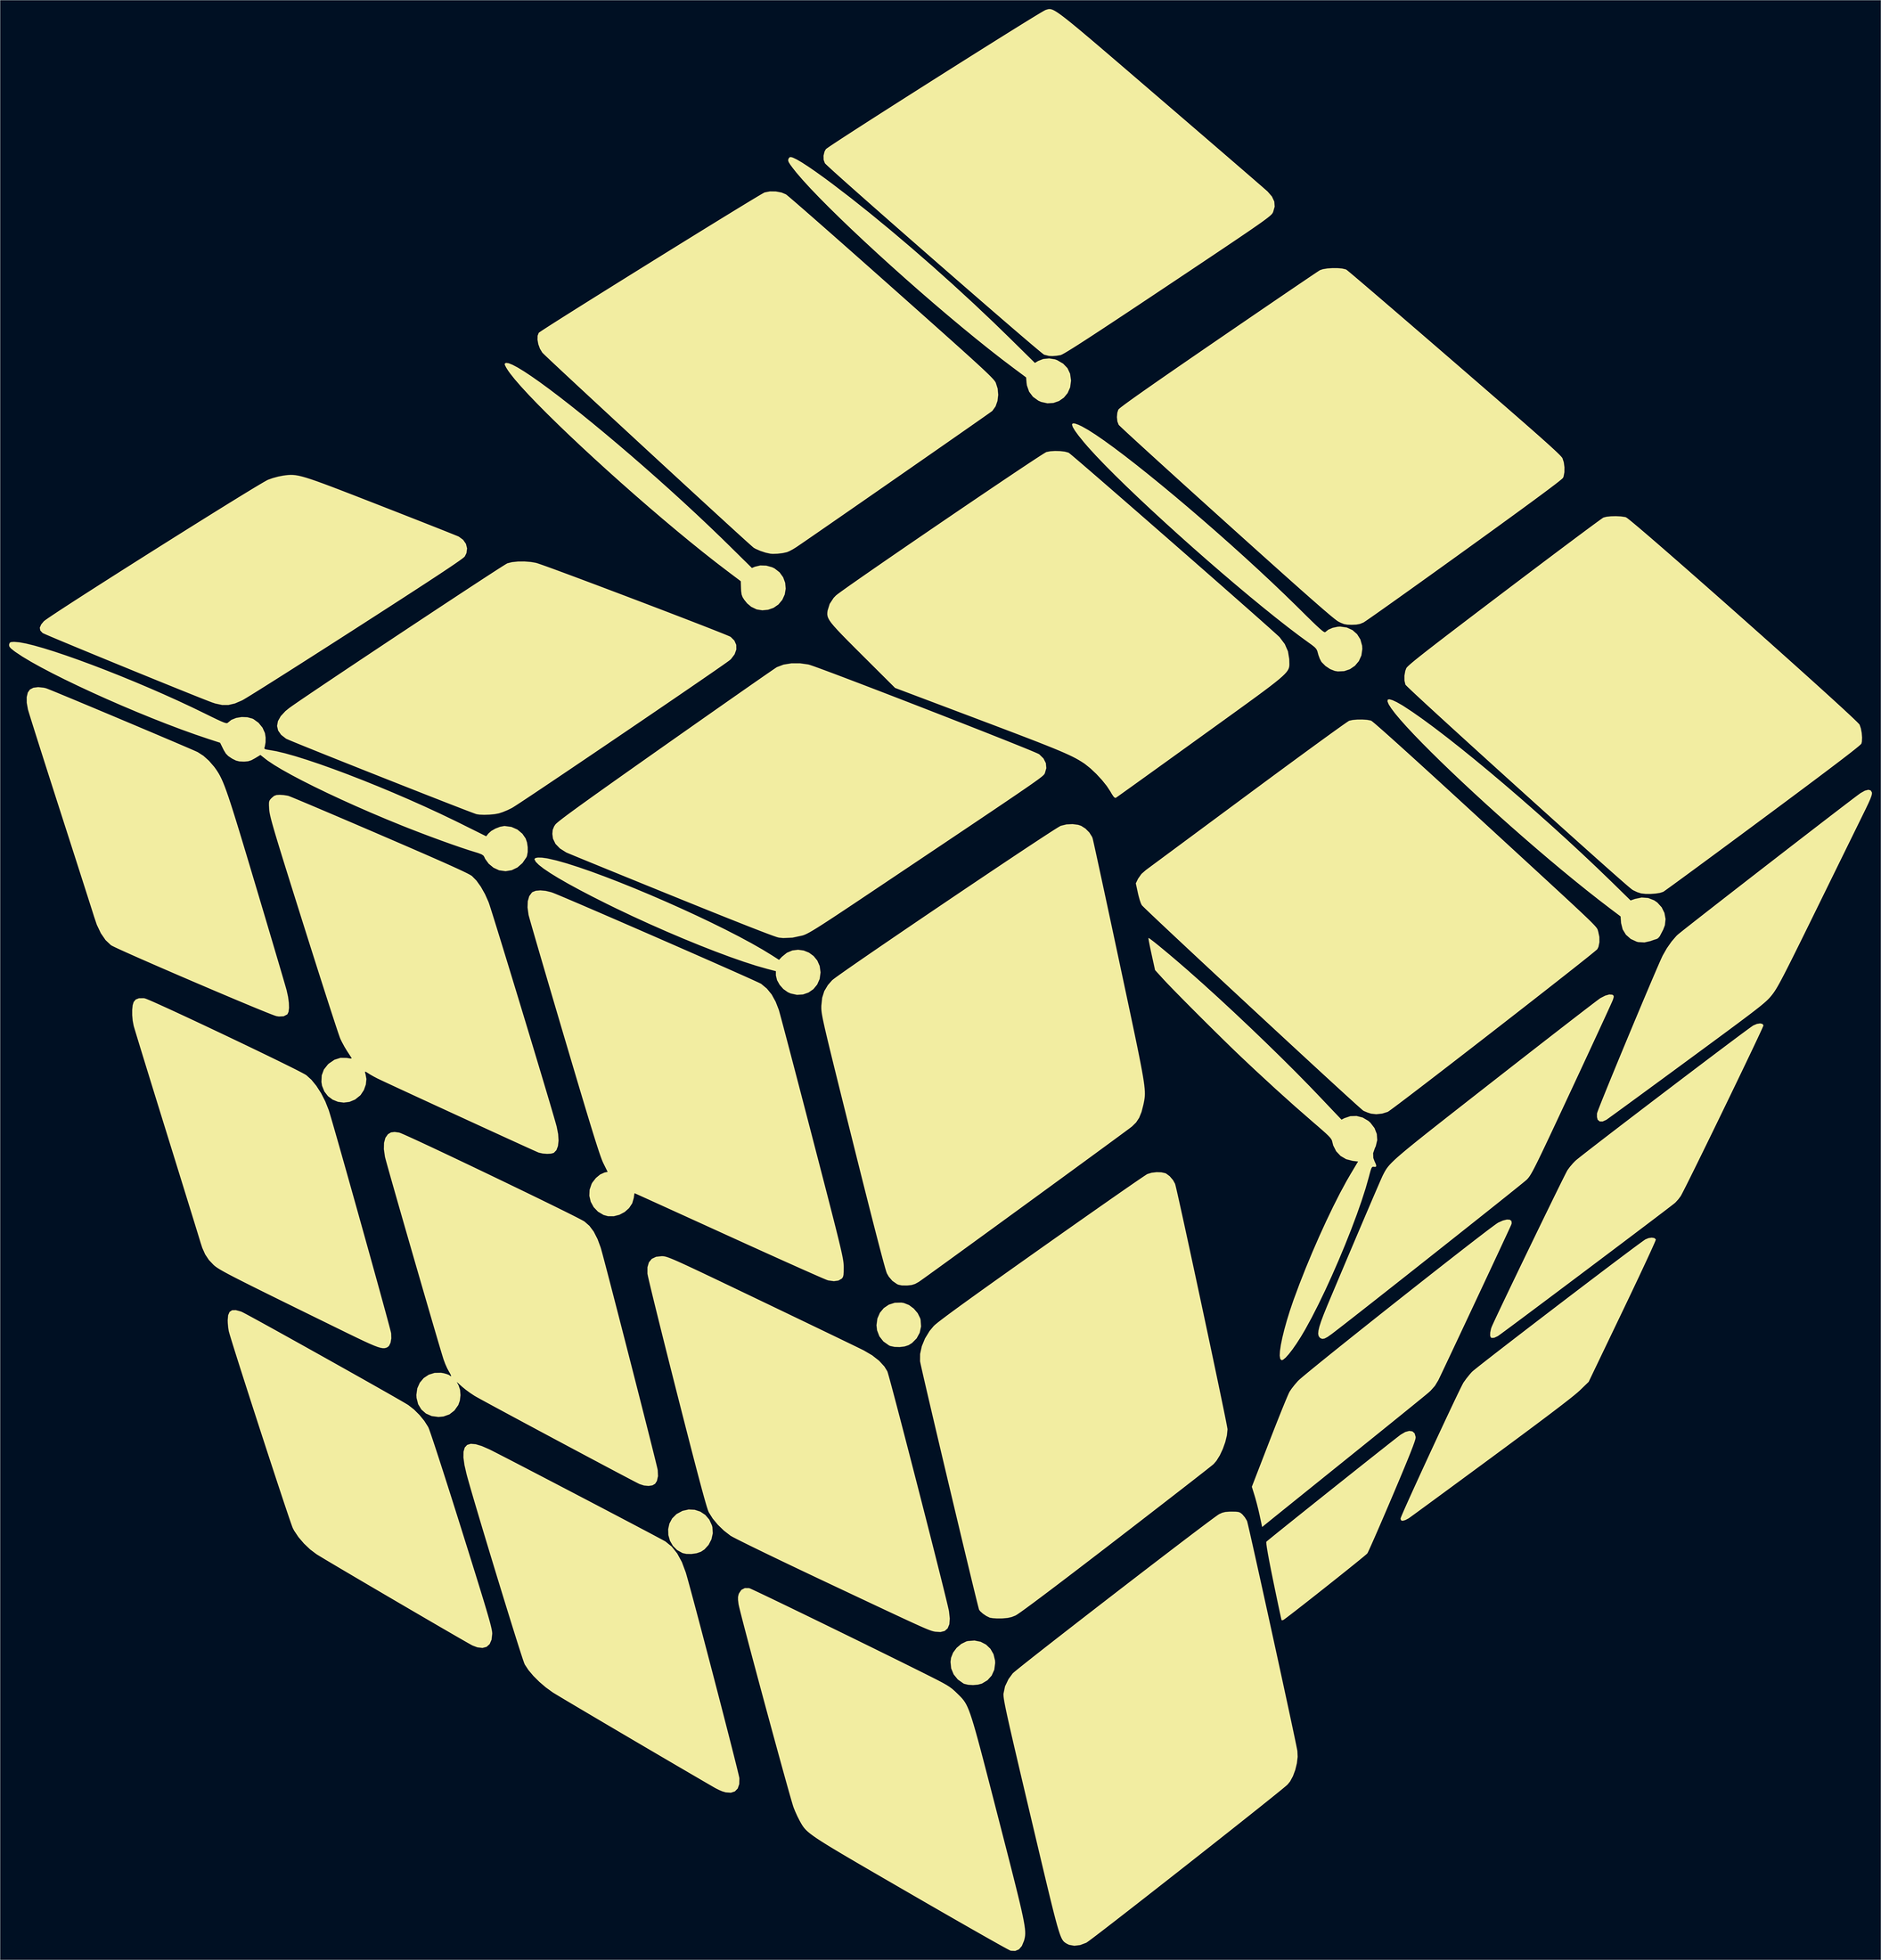
<source format=kicad_pcb>
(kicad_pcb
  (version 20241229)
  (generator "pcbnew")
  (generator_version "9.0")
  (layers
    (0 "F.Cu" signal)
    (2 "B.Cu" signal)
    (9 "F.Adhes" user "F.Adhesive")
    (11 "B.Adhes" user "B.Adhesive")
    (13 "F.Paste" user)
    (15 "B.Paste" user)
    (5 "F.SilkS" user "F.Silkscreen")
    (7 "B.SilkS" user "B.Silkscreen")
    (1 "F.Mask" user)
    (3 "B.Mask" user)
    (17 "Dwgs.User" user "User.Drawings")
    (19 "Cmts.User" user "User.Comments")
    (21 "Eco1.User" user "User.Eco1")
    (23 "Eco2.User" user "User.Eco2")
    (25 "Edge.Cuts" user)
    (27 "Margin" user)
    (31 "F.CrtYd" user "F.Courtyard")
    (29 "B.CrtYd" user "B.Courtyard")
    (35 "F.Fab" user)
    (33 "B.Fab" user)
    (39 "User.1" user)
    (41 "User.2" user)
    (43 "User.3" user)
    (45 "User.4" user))
  (footprint "Cube_small"
    (layer "F.Cu")
    (at 315.072 329.533)
    (property "Reference" "Cube_small" (at 0 0 0) (layer "F.SilkS") (effects (font (size 1.524 1.524) (thickness 0.3))))
    (attr board_only exclude_from_pos_files exclude_from_bom)
    (fp_poly (pts (xy -84.241 175.655) (xy -82.332 176.282) (xy -80.655 177.399) (xy -79.315 178.967) (xy -78.415 180.948) (xy -78.268 181.515) (xy -78.138 183.569) (xy -78.591 185.609) (xy -79.552 187.475) (xy -80.948 189.006) (xy -82.109 189.776) (xy -83.574 190.288) (xy -85.319 190.541) (xy -87.039 190.515) (xy -88.311 190.235) (xy -90.15 189.218) (xy -91.572 187.79) (xy -92.561 186.069) (xy -93.098 184.17) (xy -93.165 182.209) (xy -92.745 180.304) (xy -91.82 178.57) (xy -90.371 177.124) (xy -90.327 177.091) (xy -88.342 176.022) (xy -86.279 175.556)) (stroke (width 0) (type solid)) (fill yes) (layer "F.SilkS"))
    (fp_poly (pts (xy -13.81 106.051) (xy -12.075 106.735) (xy -10.47 107.93) (xy -9.159 109.47) (xy -8.31 111.188) (xy -8.173 111.696) (xy -8.016 113.939) (xy -8.48 116.066) (xy -9.511 117.962) (xy -11.056 119.515) (xy -12.215 120.238) (xy -13.575 120.686) (xy -15.24 120.885) (xy -16.933 120.832) (xy -18.378 120.523) (xy -18.796 120.342) (xy -20.692 118.998) (xy -22.052 117.273) (xy -22.836 115.229) (xy -23.022 113.527) (xy -22.727 111.283) (xy -21.88 109.337) (xy -20.566 107.756) (xy -18.871 106.612) (xy -16.881 105.973) (xy -14.682 105.91)) (stroke (width 0) (type solid)) (fill yes) (layer "F.SilkS"))
    (fp_poly (pts (xy 12.052 220.093) (xy 13.87 221.047) (xy 15.34 222.462) (xy 16.376 224.269) (xy 16.892 226.398) (xy 16.933 227.242) (xy 16.633 229.51) (xy 15.759 231.463) (xy 14.353 233.038) (xy 12.457 234.17) (xy 12.457 234.17) (xy 11.097 234.531) (xy 9.472 234.664) (xy 7.86 234.573) (xy 6.537 234.257) (xy 6.265 234.134) (xy 4.348 232.782) (xy 2.954 231.06) (xy 2.124 229.057) (xy 1.902 226.861) (xy 2.08 225.476) (xy 2.763 223.746) (xy 3.955 222.142) (xy 5.49 220.831) (xy 7.201 219.981) (xy 7.714 219.843) (xy 9.971 219.668)) (stroke (width 0) (type solid)) (fill yes) (layer "F.SilkS"))
    (fp_poly (pts (xy -51.615 -279.665) (xy -51.111 -279.493) (xy -49.868 -278.902) (xy -48.145 -277.894) (xy -45.977 -276.49) (xy -43.4 -274.716) (xy -40.447 -272.592) (xy -37.978 -270.764) (xy -31.702 -265.956) (xy -25.095 -260.697) (xy -18.25 -255.065) (xy -11.258 -249.139) (xy -4.209 -242.999) (xy 2.805 -236.723) (xy 9.694 -230.392) (xy 16.366 -224.083) (xy 21.505 -219.087) (xy 30.311 -210.413) (xy 31.397 -211.063) (xy 33.134 -211.742) (xy 35.104 -211.931) (xy 37.06 -211.62) (xy 37.784 -211.353) (xy 39.828 -210.161) (xy 41.281 -208.647) (xy 42.156 -206.787) (xy 42.471 -204.558) (xy 42.472 -204.385) (xy 42.172 -202.174) (xy 41.336 -200.267) (xy 40.058 -198.72) (xy 38.432 -197.591) (xy 36.553 -196.937) (xy 34.516 -196.815) (xy 32.415 -197.283) (xy 31.455 -197.712) (xy 29.648 -199.015) (xy 28.357 -200.736) (xy 27.627 -202.808) (xy 27.503 -203.704) (xy 27.351 -205.532) (xy 23.011 -208.763) (xy 18.993 -211.809) (xy 14.738 -215.137) (xy 10.29 -218.708) (xy 5.691 -222.481) (xy 0.987 -226.418) (xy -3.781 -230.478) (xy -8.567 -234.623) (xy -13.33 -238.814) (xy -18.024 -243.009) (xy -22.606 -247.171) (xy -27.033 -251.259) (xy -31.262 -255.234) (xy -35.248 -259.056) (xy -38.948 -262.687) (xy -42.319 -266.086) (xy -45.316 -269.214) (xy -47.897 -272.032) (xy -50.017 -274.5) (xy -51.189 -275.979) (xy -52.075 -277.181) (xy -52.585 -277.999) (xy -52.773 -278.574) (xy -52.693 -279.046) (xy -52.503 -279.395) (xy -52.167 -279.704)) (stroke (width 0) (type solid)) (fill yes) (layer "F.SilkS"))
    (fp_poly (pts (xy -135.679 -43.872) (xy -133.994 -43.641) (xy -133.646 -43.575) (xy -130.713 -42.895) (xy -127.255 -41.915) (xy -123.341 -40.663) (xy -119.035 -39.17) (xy -114.407 -37.463) (xy -109.524 -35.572) (xy -104.451 -33.527) (xy -99.258 -31.355) (xy -94.01 -29.087) (xy -88.776 -26.751) (xy -83.622 -24.377) (xy -78.616 -21.992) (xy -73.825 -19.628) (xy -69.316 -17.312) (xy -65.157 -15.073) (xy -61.414 -12.941) (xy -58.155 -10.945) (xy -58.144 -10.938) (xy -55.836 -9.459) (xy -54.873 -10.489) (xy -53.202 -11.846) (xy -51.354 -12.624) (xy -49.43 -12.863) (xy -47.529 -12.605) (xy -45.751 -11.888) (xy -44.194 -10.753) (xy -42.96 -9.24) (xy -42.148 -7.389) (xy -41.856 -5.249) (xy -42.156 -3.046) (xy -42.994 -1.143) (xy -44.274 0.402) (xy -45.901 1.532) (xy -47.78 2.188) (xy -49.816 2.314) (xy -51.915 1.852) (xy -52.878 1.425) (xy -54.369 0.369) (xy -55.618 -1.04) (xy -56.5 -2.619) (xy -56.888 -4.186) (xy -56.896 -4.421) (xy -56.896 -5.655) (xy -59.859 -6.431) (xy -63.535 -7.482) (xy -67.727 -8.833) (xy -72.358 -10.455) (xy -77.353 -12.316) (xy -82.637 -14.388) (xy -88.135 -16.638) (xy -93.771 -19.036) (xy -99.471 -21.552) (xy -105.157 -24.155) (xy -110.755 -26.815) (xy -113.86 -28.335) (xy -118.685 -30.764) (xy -123.018 -33.025) (xy -126.842 -35.107) (xy -130.141 -37) (xy -132.897 -38.695) (xy -135.094 -40.179) (xy -136.716 -41.445) (xy -137.746 -42.479) (xy -138.166 -43.274) (xy -138.176 -43.389) (xy -137.867 -43.742) (xy -137.002 -43.904)) (stroke (width 0) (type solid)) (fill yes) (layer "F.SilkS"))
    (fp_poly (pts (xy -146.884 -210.308) (xy -145.544 -209.772) (xy -143.794 -208.844) (xy -141.666 -207.546) (xy -139.187 -205.903) (xy -136.386 -203.937) (xy -133.292 -201.672) (xy -129.934 -199.131) (xy -126.341 -196.337) (xy -122.542 -193.315) (xy -118.565 -190.086) (xy -114.439 -186.675) (xy -110.193 -183.105) (xy -105.856 -179.399) (xy -101.458 -175.58) (xy -97.025 -171.672) (xy -92.588 -167.699) (xy -88.176 -163.683) (xy -83.817 -159.648) (xy -79.54 -155.617) (xy -75.373 -151.613) (xy -72.707 -149.006) (xy -64.964 -141.378) (xy -63.939 -141.809) (xy -62.137 -142.237) (xy -60.135 -142.171) (xy -58.173 -141.632) (xy -57.335 -141.223) (xy -55.637 -139.9) (xy -54.449 -138.249) (xy -53.767 -136.385) (xy -53.589 -134.422) (xy -53.911 -132.476) (xy -54.731 -130.66) (xy -56.045 -129.09) (xy -57.681 -127.964) (xy -59.508 -127.325) (xy -61.464 -127.134) (xy -63.272 -127.414) (xy -63.48 -127.486) (xy -65.2 -128.317) (xy -66.584 -129.477) (xy -67.552 -130.684) (xy -68.112 -131.579) (xy -68.432 -132.447) (xy -68.586 -133.554) (xy -68.633 -134.513) (xy -68.711 -136.923) (xy -73.217 -140.317) (xy -77.253 -143.407) (xy -81.493 -146.749) (xy -85.898 -150.307) (xy -90.429 -154.044) (xy -95.045 -157.924) (xy -99.708 -161.911) (xy -104.376 -165.968) (xy -109.011 -170.06) (xy -113.573 -174.149) (xy -118.022 -178.2) (xy -122.318 -182.176) (xy -126.422 -186.04) (xy -130.294 -189.758) (xy -133.894 -193.291) (xy -137.182 -196.604) (xy -140.118 -199.661) (xy -142.664 -202.425) (xy -144.779 -204.86) (xy -146.423 -206.929) (xy -147.077 -207.846) (xy -147.707 -208.854) (xy -148.12 -209.669) (xy -148.226 -210.109) (xy -147.788 -210.428)) (stroke (width 0) (type solid)) (fill yes) (layer "F.SilkS"))
    (fp_poly (pts (xy 150.708 -96.881) (xy 152.142 -96.215) (xy 153.917 -95.204) (xy 154.334 -94.946) (xy 157.429 -92.915) (xy 160.951 -90.441) (xy 164.854 -87.561) (xy 169.09 -84.317) (xy 173.614 -80.748) (xy 178.378 -76.892) (xy 183.335 -72.79) (xy 188.439 -68.482) (xy 193.642 -64.006) (xy 198.899 -59.403) (xy 204.161 -54.711) (xy 209.383 -49.971) (xy 214.518 -45.222) (xy 219.518 -40.504) (xy 224.337 -35.856) (xy 224.902 -35.304) (xy 230.872 -29.459) (xy 232.319 -29.97) (xy 234.597 -30.452) (xy 236.79 -30.289) (xy 238.819 -29.492) (xy 239.87 -28.761) (xy 241.333 -27.153) (xy 242.265 -25.254) (xy 242.636 -23.199) (xy 242.418 -21.125) (xy 241.851 -19.643) (xy 241.303 -18.59) (xy 240.827 -17.674) (xy 240.675 -17.381) (xy 240.106 -16.733) (xy 239.61 -16.477) (xy 238.862 -16.251) (xy 237.85 -15.894) (xy 237.575 -15.79) (xy 235.529 -15.327) (xy 233.467 -15.44) (xy 232.923 -15.577) (xy 230.898 -16.511) (xy 229.3 -17.923) (xy 228.2 -19.726) (xy 227.666 -21.835) (xy 227.646 -22.06) (xy 227.5 -24.084) (xy 224.071 -26.672) (xy 220.19 -29.646) (xy 216.162 -32.815) (xy 212.016 -36.154) (xy 207.782 -39.635) (xy 203.487 -43.23) (xy 199.162 -46.912) (xy 194.835 -50.655) (xy 190.535 -54.43) (xy 186.291 -58.211) (xy 182.132 -61.97) (xy 178.088 -65.68) (xy 174.186 -69.314) (xy 170.457 -72.844) (xy 166.929 -76.244) (xy 163.632 -79.486) (xy 160.593 -82.542) (xy 157.843 -85.387) (xy 155.41 -87.991) (xy 153.324 -90.328) (xy 151.612 -92.372) (xy 150.305 -94.093) (xy 149.432 -95.466) (xy 149.02 -96.463) (xy 149.1 -97.057) (xy 149.118 -97.076) (xy 149.679 -97.176)) (stroke (width 0) (type solid)) (fill yes) (layer "F.SilkS"))
    (fp_poly (pts (xy 157.414 149.266) (xy 158.15 149.925) (xy 158.484 151.073) (xy 158.496 151.401) (xy 158.396 151.934) (xy 158.091 152.907) (xy 157.571 154.345) (xy 156.826 156.272) (xy 155.846 158.712) (xy 154.622 161.689) (xy 153.145 165.228) (xy 151.405 169.351) (xy 150.679 171.062) (xy 149.249 174.418) (xy 147.882 177.606) (xy 146.604 180.567) (xy 145.441 183.246) (xy 144.417 185.582) (xy 143.558 187.519) (xy 142.889 188.998) (xy 142.436 189.961) (xy 142.237 190.335) (xy 141.892 190.659) (xy 141.076 191.35) (xy 139.848 192.361) (xy 138.271 193.642) (xy 136.405 195.145) (xy 134.313 196.822) (xy 132.056 198.623) (xy 129.695 200.5) (xy 127.291 202.405) (xy 124.907 204.287) (xy 122.604 206.1) (xy 120.442 207.794) (xy 118.484 209.32) (xy 116.791 210.63) (xy 115.425 211.675) (xy 114.446 212.406) (xy 113.922 212.772) (xy 113.464 212.86) (xy 113.353 212.772) (xy 113.255 212.393) (xy 113.037 211.424) (xy 112.714 209.938) (xy 112.302 208.009) (xy 111.817 205.71) (xy 111.275 203.113) (xy 110.691 200.294) (xy 110.566 199.686) (xy 109.82 196.018) (xy 109.212 192.914) (xy 108.744 190.392) (xy 108.419 188.469) (xy 108.24 187.165) (xy 108.21 186.496) (xy 108.233 186.419) (xy 108.533 186.155) (xy 109.316 185.508) (xy 110.535 184.516) (xy 112.143 183.217) (xy 114.093 181.648) (xy 116.336 179.847) (xy 118.827 177.852) (xy 121.516 175.701) (xy 124.357 173.431) (xy 127.302 171.08) (xy 130.305 168.686) (xy 133.317 166.287) (xy 136.292 163.921) (xy 139.181 161.624) (xy 141.939 159.436) (xy 144.516 157.393) (xy 146.866 155.534) (xy 148.941 153.896) (xy 150.694 152.517) (xy 152.078 151.435) (xy 153.046 150.687) (xy 153.484 150.358) (xy 155.012 149.467) (xy 156.345 149.108)) (stroke (width 0) (type solid)) (fill yes) (layer "F.SilkS"))
    (fp_poly (pts (xy 43.761 -190.024) (xy 44.979 -189.588) (xy 46.14 -189.035) (xy 48.209 -187.87) (xy 50.723 -186.267) (xy 53.641 -184.258) (xy 56.922 -181.878) (xy 60.526 -179.16) (xy 64.412 -176.14) (xy 68.541 -172.849) (xy 72.871 -169.324) (xy 77.362 -165.597) (xy 81.975 -161.702) (xy 86.667 -157.673) (xy 91.4 -153.545) (xy 96.131 -149.351) (xy 100.822 -145.126) (xy 105.431 -140.902) (xy 109.919 -136.715) (xy 114.244 -132.597) (xy 118.366 -128.584) (xy 119.472 -127.49) (xy 121.739 -125.246) (xy 123.578 -123.447) (xy 125.032 -122.054) (xy 126.146 -121.028) (xy 126.963 -120.328) (xy 127.528 -119.915) (xy 127.885 -119.75) (xy 128.078 -119.794) (xy 128.085 -119.802) (xy 129.108 -120.614) (xy 130.569 -121.241) (xy 132.235 -121.598) (xy 133.096 -121.649) (xy 135.31 -121.341) (xy 137.232 -120.468) (xy 138.784 -119.108) (xy 139.891 -117.339) (xy 140.475 -115.236) (xy 140.547 -114.131) (xy 140.239 -111.948) (xy 139.379 -110.034) (xy 138.06 -108.463) (xy 136.376 -107.31) (xy 134.419 -106.649) (xy 132.283 -106.557) (xy 131.285 -106.721) (xy 129.713 -107.34) (xy 128.153 -108.381) (xy 126.894 -109.643) (xy 126.712 -109.892) (xy 126.208 -110.856) (xy 125.755 -112.091) (xy 125.615 -112.608) (xy 125.374 -113.472) (xy 125.041 -114.129) (xy 124.482 -114.739) (xy 123.565 -115.465) (xy 122.831 -115.993) (xy 119.352 -118.526) (xy 115.53 -121.429) (xy 111.413 -124.658) (xy 107.052 -128.169) (xy 102.497 -131.917) (xy 97.797 -135.858) (xy 93.001 -139.948) (xy 88.161 -144.142) (xy 83.325 -148.396) (xy 78.544 -152.666) (xy 73.867 -156.907) (xy 69.344 -161.075) (xy 65.025 -165.125) (xy 60.96 -169.013) (xy 57.198 -172.695) (xy 53.789 -176.127) (xy 50.784 -179.263) (xy 48.231 -182.06) (xy 46.79 -183.734) (xy 45.049 -185.884) (xy 43.804 -187.583) (xy 43.053 -188.838) (xy 42.797 -189.658) (xy 43.033 -190.05)) (stroke (width 0) (type solid)) (fill yes) (layer "F.SilkS"))
    (fp_poly (pts (xy 238.84 84.179) (xy 239.33 84.584) (xy 239.364 84.697) (xy 239.237 85.081) (xy 238.838 86.027) (xy 238.188 87.487) (xy 237.31 89.415) (xy 236.226 91.761) (xy 234.959 94.478) (xy 233.531 97.519) (xy 231.963 100.835) (xy 230.278 104.379) (xy 228.498 108.104) (xy 228.111 108.911) (xy 216.756 132.588) (xy 213.778 135.469) (xy 212.955 136.209) (xy 211.697 137.254) (xy 209.993 138.614) (xy 207.828 140.297) (xy 205.192 142.315) (xy 202.069 144.676) (xy 198.449 147.39) (xy 194.317 150.468) (xy 189.661 153.919) (xy 184.469 157.753) (xy 183.887 158.182) (xy 180.086 160.982) (xy 176.428 163.674) (xy 172.951 166.232) (xy 169.694 168.626) (xy 166.694 170.83) (xy 163.991 172.813) (xy 161.622 174.55) (xy 159.626 176.011) (xy 158.04 177.168) (xy 156.904 177.993) (xy 156.256 178.459) (xy 156.125 178.549) (xy 155.055 179.111) (xy 154.167 179.368) (xy 153.646 179.271) (xy 153.427 178.752) (xy 153.416 178.605) (xy 153.556 178.189) (xy 153.957 177.221) (xy 154.593 175.759) (xy 155.435 173.862) (xy 156.456 171.59) (xy 157.629 169.003) (xy 158.926 166.16) (xy 160.319 163.12) (xy 161.781 159.943) (xy 163.285 156.688) (xy 164.802 153.414) (xy 166.306 150.181) (xy 167.769 147.049) (xy 169.164 144.076) (xy 170.462 141.322) (xy 171.637 138.847) (xy 172.661 136.71) (xy 173.507 134.97) (xy 174.146 133.687) (xy 174.551 132.919) (xy 174.636 132.779) (xy 175.579 131.475) (xy 176.703 130.077) (xy 177.422 129.264) (xy 177.865 128.872) (xy 178.805 128.106) (xy 180.197 126.999) (xy 181.997 125.584) (xy 184.161 123.897) (xy 186.645 121.969) (xy 189.405 119.836) (xy 192.396 117.53) (xy 195.575 115.086) (xy 198.898 112.536) (xy 202.32 109.916) (xy 205.796 107.258) (xy 209.284 104.595) (xy 212.739 101.963) (xy 216.117 99.394) (xy 219.374 96.923) (xy 222.465 94.582) (xy 225.346 92.406) (xy 227.974 90.429) (xy 230.304 88.683) (xy 232.292 87.203) (xy 233.894 86.022) (xy 235.066 85.175) (xy 235.764 84.694) (xy 235.857 84.636) (xy 236.906 84.202) (xy 237.967 84.05)) (stroke (width 0) (type solid)) (fill yes) (layer "F.SilkS"))
    (fp_poly (pts (xy 190.185 78.014) (xy 190.754 78.431) (xy 190.839 79.204) (xy 190.713 79.63) (xy 190.513 80.085) (xy 190.05 81.096) (xy 189.351 82.608) (xy 188.442 84.566) (xy 187.349 86.913) (xy 186.099 89.593) (xy 184.717 92.55) (xy 183.23 95.73) (xy 181.664 99.074) (xy 180.045 102.529) (xy 178.4 106.038) (xy 176.755 109.544) (xy 175.135 112.993) (xy 173.568 116.328) (xy 172.079 119.494) (xy 170.694 122.434) (xy 169.44 125.092) (xy 168.343 127.414) (xy 167.429 129.342) (xy 166.725 130.821) (xy 166.256 131.795) (xy 166.107 132.098) (xy 164.987 133.943) (xy 163.534 135.576) (xy 162.832 136.215) (xy 162.258 136.697) (xy 161.196 137.571) (xy 159.688 138.802) (xy 157.776 140.357) (xy 155.499 142.204) (xy 152.9 144.309) (xy 150.018 146.639) (xy 146.896 149.161) (xy 143.574 151.841) (xy 140.093 154.646) (xy 136.494 157.543) (xy 136.144 157.825) (xy 132.53 160.733) (xy 129.025 163.554) (xy 125.671 166.254) (xy 122.509 168.799) (xy 119.58 171.157) (xy 116.926 173.294) (xy 114.589 175.177) (xy 112.61 176.771) (xy 111.03 178.045) (xy 109.892 178.963) (xy 109.236 179.493) (xy 109.204 179.519) (xy 106.817 181.457) (xy 106.015 177.681) (xy 105.576 175.749) (xy 105.056 173.673) (xy 104.538 171.769) (xy 104.282 170.907) (xy 103.349 167.908) (xy 109.233 152.704) (xy 110.44 149.603) (xy 111.602 146.648) (xy 112.691 143.909) (xy 113.679 141.457) (xy 114.538 139.36) (xy 115.239 137.689) (xy 115.753 136.514) (xy 116.045 135.916) (xy 116.744 134.881) (xy 117.725 133.622) (xy 118.788 132.394) (xy 118.906 132.267) (xy 119.455 131.755) (xy 120.493 130.862) (xy 121.98 129.622) (xy 123.875 128.065) (xy 126.136 126.224) (xy 128.724 124.131) (xy 131.597 121.819) (xy 134.716 119.319) (xy 138.038 116.665) (xy 141.524 113.887) (xy 145.132 111.018) (xy 148.823 108.091) (xy 152.555 105.138) (xy 156.287 102.19) (xy 159.979 99.28) (xy 163.59 96.441) (xy 167.08 93.704) (xy 170.407 91.101) (xy 173.531 88.666) (xy 176.411 86.429) (xy 179.007 84.424) (xy 181.278 82.682) (xy 183.182 81.235) (xy 184.68 80.117) (xy 185.73 79.358) (xy 186.287 78.994) (xy 187.88 78.285) (xy 189.203 77.961)) (stroke (width 0) (type solid)) (fill yes) (layer "F.SilkS"))
    (fp_poly (pts (xy 275.26 12.106) (xy 275.605 12.577) (xy 275.473 12.942) (xy 275.067 13.864) (xy 274.413 15.29) (xy 273.535 17.168) (xy 272.459 19.448) (xy 271.209 22.076) (xy 269.811 25.003) (xy 268.29 28.175) (xy 266.671 31.541) (xy 264.979 35.049) (xy 263.239 38.648) (xy 261.475 42.286) (xy 259.714 45.911) (xy 257.981 49.471) (xy 256.299 52.915) (xy 254.695 56.191) (xy 253.194 59.247) (xy 251.82 62.031) (xy 250.598 64.492) (xy 249.555 66.578) (xy 248.714 68.237) (xy 248.101 69.418) (xy 247.741 70.069) (xy 247.719 70.104) (xy 246.956 71.124) (xy 246.025 72.147) (xy 245.824 72.339) (xy 245.402 72.683) (xy 244.481 73.399) (xy 243.106 74.454) (xy 241.318 75.818) (xy 239.163 77.455) (xy 236.684 79.334) (xy 233.924 81.421) (xy 230.928 83.684) (xy 227.739 86.09) (xy 224.4 88.606) (xy 220.955 91.2) (xy 217.449 93.837) (xy 213.924 96.487) (xy 210.424 99.115) (xy 206.994 101.689) (xy 203.676 104.177) (xy 200.514 106.544) (xy 197.553 108.759) (xy 194.835 110.789) (xy 192.405 112.6) (xy 190.305 114.161) (xy 188.581 115.437) (xy 187.275 116.397) (xy 186.431 117.007) (xy 186.121 117.219) (xy 184.964 117.756) (xy 184.095 117.808) (xy 183.783 117.63) (xy 183.579 117.024) (xy 183.61 116.004) (xy 183.861 114.785) (xy 184.031 114.258) (xy 184.283 113.662) (xy 184.804 112.519) (xy 185.567 110.883) (xy 186.543 108.812) (xy 187.706 106.361) (xy 189.028 103.588) (xy 190.483 100.548) (xy 192.043 97.298) (xy 193.681 93.894) (xy 195.369 90.392) (xy 197.081 86.85) (xy 198.789 83.322) (xy 200.465 79.866) (xy 202.083 76.539) (xy 203.616 73.395) (xy 205.035 70.492) (xy 206.315 67.886) (xy 207.427 65.633) (xy 208.345 63.789) (xy 209.041 62.412) (xy 209.487 61.557) (xy 209.621 61.324) (xy 210.435 60.217) (xy 211.487 58.989) (xy 212.243 58.209) (xy 212.745 57.78) (xy 213.741 56.979) (xy 215.187 55.84) (xy 217.04 54.396) (xy 219.255 52.681) (xy 221.789 50.726) (xy 224.598 48.567) (xy 227.638 46.236) (xy 230.866 43.766) (xy 234.237 41.191) (xy 237.707 38.544) (xy 241.234 35.859) (xy 244.773 33.168) (xy 248.28 30.505) (xy 251.712 27.904) (xy 255.025 25.397) (xy 258.175 23.018) (xy 261.118 20.801) (xy 263.81 18.778) (xy 266.208 16.983) (xy 268.268 15.449) (xy 269.946 14.209) (xy 271.198 13.298) (xy 271.981 12.747) (xy 272.193 12.611) (xy 273.395 12.099) (xy 274.469 11.93)) (stroke (width 0) (type solid)) (fill yes) (layer "F.SilkS"))
    (fp_poly (pts (xy -157.987 153.582) (xy -155.916 154.205) (xy -153.401 155.304) (xy -153.392 155.308) (xy -152.449 155.778) (xy -150.995 156.518) (xy -149.083 157.499) (xy -146.762 158.696) (xy -144.086 160.082) (xy -141.106 161.628) (xy -137.874 163.309) (xy -134.441 165.097) (xy -130.859 166.965) (xy -127.18 168.886) (xy -123.455 170.833) (xy -119.736 172.779) (xy -116.075 174.697) (xy -112.523 176.56) (xy -109.133 178.341) (xy -105.955 180.013) (xy -103.042 181.548) (xy -100.445 182.92) (xy -98.216 184.102) (xy -96.407 185.067) (xy -95.069 185.787) (xy -94.254 186.235) (xy -94.056 186.351) (xy -91.963 188.051) (xy -90.121 190.364) (xy -88.543 193.265) (xy -87.245 196.733) (xy -87.083 197.273) (xy -86.659 198.769) (xy -86.104 200.777) (xy -85.433 203.244) (xy -84.659 206.116) (xy -83.798 209.339) (xy -82.863 212.859) (xy -81.868 216.623) (xy -80.826 220.576) (xy -79.753 224.666) (xy -78.661 228.837) (xy -77.565 233.037) (xy -76.479 237.212) (xy -75.417 241.308) (xy -74.393 245.27) (xy -73.421 249.046) (xy -72.514 252.582) (xy -71.688 255.823) (xy -70.955 258.716) (xy -70.33 261.208) (xy -69.827 263.243) (xy -69.46 264.77) (xy -69.243 265.733) (xy -69.187 266.044) (xy -69.236 268.01) (xy -69.752 269.492) (xy -70.701 270.466) (xy -72.051 270.906) (xy -73.77 270.787) (xy -74.898 270.461) (xy -75.974 270.007) (xy -77.198 269.395) (xy -77.607 269.167) (xy -80.261 267.626) (xy -83.221 265.903) (xy -86.439 264.025) (xy -89.865 262.023) (xy -93.448 259.925) (xy -97.138 257.762) (xy -100.886 255.563) (xy -104.641 253.357) (xy -108.353 251.174) (xy -111.973 249.042) (xy -115.45 246.993) (xy -118.734 245.054) (xy -121.776 243.256) (xy -124.525 241.628) (xy -126.931 240.199) (xy -128.944 238.999) (xy -130.515 238.057) (xy -131.593 237.403) (xy -132.08 237.097) (xy -134.358 235.447) (xy -136.551 233.571) (xy -138.535 231.594) (xy -140.182 229.643) (xy -141.368 227.846) (xy -141.505 227.584) (xy -141.734 226.999) (xy -142.14 225.821) (xy -142.705 224.104) (xy -143.413 221.906) (xy -144.246 219.281) (xy -145.187 216.286) (xy -146.22 212.975) (xy -147.328 209.405) (xy -148.493 205.63) (xy -149.698 201.708) (xy -150.927 197.694) (xy -152.162 193.642) (xy -153.386 189.609) (xy -154.583 185.651) (xy -155.735 181.823) (xy -156.826 178.18) (xy -157.838 174.78) (xy -158.754 171.676) (xy -159.557 168.925) (xy -160.231 166.582) (xy -160.758 164.704) (xy -161.04 163.659) (xy -161.748 160.583) (xy -162.094 158.073) (xy -162.066 156.118) (xy -161.654 154.704) (xy -160.844 153.819) (xy -159.626 153.449)) (stroke (width 0) (type solid)) (fill yes) (layer "F.SilkS"))
    (fp_poly (pts (xy -237.047 108.905) (xy -236.816 108.992) (xy -236.3 109.242) (xy -235.246 109.797) (xy -233.706 110.627) (xy -231.732 111.704) (xy -229.375 112.998) (xy -226.687 114.481) (xy -223.72 116.124) (xy -220.525 117.898) (xy -217.155 119.774) (xy -213.661 121.723) (xy -210.094 123.715) (xy -206.508 125.723) (xy -202.952 127.717) (xy -199.479 129.668) (xy -196.141 131.547) (xy -192.989 133.326) (xy -190.076 134.975) (xy -187.452 136.465) (xy -185.17 137.768) (xy -183.282 138.854) (xy -181.838 139.695) (xy -180.892 140.261) (xy -180.615 140.436) (xy -178.742 141.901) (xy -176.893 143.741) (xy -175.254 145.747) (xy -174.011 147.71) (xy -173.861 148.008) (xy -173.611 148.636) (xy -173.176 149.864) (xy -172.57 151.644) (xy -171.809 153.93) (xy -170.908 156.674) (xy -169.882 159.829) (xy -168.747 163.347) (xy -167.518 167.183) (xy -166.209 171.289) (xy -164.838 175.617) (xy -163.418 180.12) (xy -162.6 182.724) (xy -160.909 188.119) (xy -159.412 192.907) (xy -158.097 197.127) (xy -156.953 200.816) (xy -155.969 204.015) (xy -155.132 206.76) (xy -154.433 209.091) (xy -153.859 211.046) (xy -153.399 212.663) (xy -153.042 213.983) (xy -152.776 215.041) (xy -152.59 215.879) (xy -152.473 216.533) (xy -152.414 217.042) (xy -152.4 217.385) (xy -152.62 219.386) (xy -153.26 220.862) (xy -154.289 221.796) (xy -155.679 222.169) (xy -157.398 221.964) (xy -159.004 221.364) (xy -159.539 221.078) (xy -160.605 220.48) (xy -162.148 219.6) (xy -164.116 218.468) (xy -166.455 217.117) (xy -169.113 215.576) (xy -172.036 213.877) (xy -175.172 212.052) (xy -178.467 210.13) (xy -181.869 208.143) (xy -185.324 206.122) (xy -188.78 204.098) (xy -192.184 202.102) (xy -195.482 200.166) (xy -198.621 198.319) (xy -201.55 196.593) (xy -204.214 195.019) (xy -206.56 193.628) (xy -208.537 192.451) (xy -210.09 191.518) (xy -211.166 190.862) (xy -211.568 190.61) (xy -213.715 188.996) (xy -215.793 187.016) (xy -217.64 184.853) (xy -219.092 182.685) (xy -219.548 181.81) (xy -219.788 181.199) (xy -220.215 179.998) (xy -220.814 178.262) (xy -221.564 176.045) (xy -222.45 173.402) (xy -223.452 170.389) (xy -224.553 167.06) (xy -225.735 163.47) (xy -226.981 159.674) (xy -228.272 155.727) (xy -229.59 151.683) (xy -230.919 147.598) (xy -232.239 143.527) (xy -233.533 139.524) (xy -234.784 135.645) (xy -235.973 131.943) (xy -237.082 128.475) (xy -238.094 125.295) (xy -238.991 122.458) (xy -239.755 120.019) (xy -240.368 118.032) (xy -240.812 116.553) (xy -241.07 115.637) (xy -241.107 115.485) (xy -241.302 114.27) (xy -241.431 112.783) (xy -241.461 111.845) (xy -241.315 110.165) (xy -240.836 109.053) (xy -239.99 108.487) (xy -238.739 108.445)) (stroke (width 0) (type solid)) (fill yes) (layer "F.SilkS"))
    (fp_poly (pts (xy -219.505 -172.706) (xy -218.6 -172.614) (xy -217.575 -172.434) (xy -216.385 -172.15) (xy -214.984 -171.748) (xy -213.326 -171.216) (xy -211.366 -170.537) (xy -209.058 -169.699) (xy -206.355 -168.687) (xy -203.213 -167.488) (xy -199.585 -166.086) (xy -195.426 -164.468) (xy -190.691 -162.62) (xy -189.779 -162.264) (xy -185.83 -160.72) (xy -182.047 -159.238) (xy -178.479 -157.837) (xy -175.177 -156.538) (xy -172.19 -155.359) (xy -169.569 -154.322) (xy -167.364 -153.444) (xy -165.624 -152.747) (xy -164.399 -152.25) (xy -163.74 -151.973) (xy -163.657 -151.934) (xy -162.194 -150.864) (xy -161.251 -149.505) (xy -160.864 -147.977) (xy -161.071 -146.4) (xy -161.629 -145.274) (xy -161.916 -144.987) (xy -162.535 -144.497) (xy -163.507 -143.79) (xy -164.85 -142.854) (xy -166.585 -141.675) (xy -168.731 -140.24) (xy -171.308 -138.536) (xy -174.336 -136.551) (xy -177.833 -134.272) (xy -181.82 -131.685) (xy -186.317 -128.777) (xy -191.342 -125.535) (xy -196.917 -121.948) (xy -198.12 -121.174) (xy -202.639 -118.271) (xy -207.038 -115.453) (xy -211.277 -112.742) (xy -215.319 -110.163) (xy -219.127 -107.739) (xy -222.664 -105.495) (xy -225.891 -103.453) (xy -228.771 -101.638) (xy -231.266 -100.073) (xy -233.34 -98.783) (xy -234.953 -97.791) (xy -236.069 -97.12) (xy -236.619 -96.811) (xy -239.024 -95.777) (xy -241.201 -95.265) (xy -243.34 -95.262) (xy -245.63 -95.754) (xy -246.719 -96.118) (xy -247.776 -96.517) (xy -249.344 -97.129) (xy -251.37 -97.931) (xy -253.797 -98.901) (xy -256.571 -100.017) (xy -259.638 -101.256) (xy -262.943 -102.595) (xy -266.43 -104.013) (xy -270.046 -105.487) (xy -273.735 -106.994) (xy -277.443 -108.512) (xy -281.114 -110.018) (xy -284.695 -111.491) (xy -288.13 -112.907) (xy -291.364 -114.244) (xy -294.343 -115.48) (xy -297.013 -116.593) (xy -299.317 -117.559) (xy -301.203 -118.356) (xy -302.614 -118.963) (xy -303.495 -119.356) (xy -303.784 -119.502) (xy -304.565 -120.338) (xy -304.726 -121.276) (xy -304.262 -122.365) (xy -303.383 -123.433) (xy -302.902 -123.815) (xy -301.889 -124.527) (xy -300.385 -125.543) (xy -298.433 -126.835) (xy -296.076 -128.376) (xy -293.355 -130.141) (xy -290.315 -132.101) (xy -286.997 -134.231) (xy -283.443 -136.503) (xy -279.697 -138.89) (xy -275.8 -141.366) (xy -271.796 -143.904) (xy -267.727 -146.477) (xy -263.635 -149.058) (xy -259.564 -151.62) (xy -255.555 -154.137) (xy -251.651 -156.581) (xy -247.894 -158.925) (xy -244.328 -161.144) (xy -240.995 -163.21) (xy -237.936 -165.096) (xy -235.196 -166.775) (xy -232.816 -168.221) (xy -230.838 -169.406) (xy -229.307 -170.305) (xy -228.263 -170.889) (xy -227.839 -171.1) (xy -226.297 -171.647) (xy -224.483 -172.141) (xy -222.843 -172.463) (xy -221.96 -172.587) (xy -221.139 -172.678) (xy -220.336 -172.723)) (stroke (width 0) (type solid)) (fill yes) (layer "F.SilkS"))
    (fp_poly (pts (xy 68.848 -16.686) (xy 69.603 -16.139) (xy 70.745 -15.248) (xy 72.211 -14.064) (xy 73.941 -12.638) (xy 75.872 -11.021) (xy 77.942 -9.264) (xy 80.09 -7.417) (xy 81.957 -5.792) (xy 86.824 -1.472) (xy 91.963 3.196) (xy 97.272 8.114) (xy 102.644 13.182) (xy 107.977 18.299) (xy 113.165 23.366) (xy 118.104 28.282) (xy 122.69 32.948) (xy 125.64 36.019) (xy 133.538 44.329) (xy 134.497 43.834) (xy 136.514 43.152) (xy 138.617 43.091) (xy 140.676 43.625) (xy 142.563 44.734) (xy 143.272 45.365) (xy 144.65 47.165) (xy 145.421 49.147) (xy 145.566 51.215) (xy 145.07 53.275) (xy 144.775 53.912) (xy 144.183 55.61) (xy 144.245 57.229) (xy 144.654 58.322) (xy 145.144 59.412) (xy 145.241 60.026) (xy 144.937 60.246) (xy 144.478 60.207) (xy 144.114 60.176) (xy 143.833 60.319) (xy 143.58 60.745) (xy 143.3 61.563) (xy 142.937 62.882) (xy 142.74 63.639) (xy 141.657 67.454) (xy 140.273 71.749) (xy 138.629 76.42) (xy 136.77 81.364) (xy 134.737 86.478) (xy 132.575 91.658) (xy 130.327 96.802) (xy 128.035 101.806) (xy 125.742 106.566) (xy 123.493 110.98) (xy 121.329 114.944) (xy 121.31 114.977) (xy 119.847 117.448) (xy 118.407 119.696) (xy 117.04 121.655) (xy 115.795 123.26) (xy 114.724 124.444) (xy 113.876 125.142) (xy 113.417 125.307) (xy 113.032 125.035) (xy 112.887 124.768) (xy 112.737 123.756) (xy 112.821 122.189) (xy 113.123 120.142) (xy 113.625 117.689) (xy 114.309 114.906) (xy 115.16 111.865) (xy 116.159 108.643) (xy 117.29 105.313) (xy 117.467 104.817) (xy 119.396 99.626) (xy 121.501 94.292) (xy 123.733 88.92) (xy 126.047 83.613) (xy 128.395 78.473) (xy 130.731 73.604) (xy 133.007 69.109) (xy 135.178 65.091) (xy 136.588 62.653) (xy 139.12 58.42) (xy 137.319 58.213) (xy 135.112 57.647) (xy 133.223 56.538) (xy 131.739 54.966) (xy 130.748 53.013) (xy 130.46 51.89) (xy 130.346 51.43) (xy 130.136 50.973) (xy 129.767 50.453) (xy 129.174 49.805) (xy 128.296 48.962) (xy 127.068 47.859) (xy 125.427 46.431) (xy 124.06 45.255) (xy 117.877 39.861) (xy 111.352 33.998) (xy 104.555 27.732) (xy 99.916 23.369) (xy 97.983 21.522) (xy 95.774 19.384) (xy 93.356 17.022) (xy 90.799 14.505) (xy 88.169 11.901) (xy 85.536 9.278) (xy 82.967 6.704) (xy 80.529 4.247) (xy 78.292 1.974) (xy 76.324 -0.044) (xy 74.692 -1.742) (xy 73.464 -3.051) (xy 73.269 -3.265) (xy 70.765 -6.022) (xy 69.587 -11.363) (xy 69.198 -13.17) (xy 68.879 -14.733) (xy 68.654 -15.937) (xy 68.542 -16.669) (xy 68.542 -16.839)) (stroke (width 0) (type solid)) (fill yes) (layer "F.SilkS"))
    (fp_poly (pts (xy 311.714 -66.501) (xy 312.12 -65.838) (xy 312.134 -65.363) (xy 311.964 -64.649) (xy 311.578 -63.615) (xy 310.942 -62.179) (xy 310.026 -60.257) (xy 309.65 -59.488) (xy 309.089 -58.347) (xy 308.258 -56.655) (xy 307.182 -54.466) (xy 305.891 -51.836) (xy 304.411 -48.822) (xy 302.77 -45.479) (xy 300.995 -41.864) (xy 299.113 -38.031) (xy 297.153 -34.037) (xy 295.141 -29.938) (xy 293.772 -27.149) (xy 291.451 -22.423) (xy 289.405 -18.264) (xy 287.612 -14.633) (xy 286.052 -11.488) (xy 284.702 -8.787) (xy 283.542 -6.491) (xy 282.551 -4.557) (xy 281.706 -2.945) (xy 280.987 -1.613) (xy 280.372 -0.521) (xy 279.84 0.372) (xy 279.369 1.108) (xy 278.938 1.728) (xy 278.526 2.272) (xy 278.384 2.451) (xy 277.993 2.924) (xy 277.578 3.394) (xy 277.103 3.886) (xy 276.535 4.428) (xy 275.838 5.047) (xy 274.977 5.77) (xy 273.917 6.625) (xy 272.623 7.637) (xy 271.06 8.835) (xy 269.193 10.245) (xy 266.988 11.895) (xy 264.409 13.811) (xy 261.421 16.02) (xy 257.99 18.55) (xy 254.08 21.428) (xy 249.936 24.475) (xy 246.177 27.237) (xy 242.558 29.893) (xy 239.118 32.416) (xy 235.897 34.777) (xy 232.934 36.946) (xy 230.267 38.896) (xy 227.937 40.598) (xy 225.981 42.022) (xy 224.44 43.141) (xy 223.353 43.926) (xy 222.758 44.347) (xy 222.673 44.404) (xy 221.449 44.95) (xy 220.465 44.935) (xy 219.793 44.361) (xy 219.768 44.315) (xy 219.554 43.48) (xy 219.548 42.376) (xy 219.569 42.198) (xy 219.722 41.715) (xy 220.116 40.665) (xy 220.726 39.106) (xy 221.529 37.095) (xy 222.502 34.69) (xy 223.62 31.946) (xy 224.859 28.922) (xy 226.196 25.675) (xy 227.607 22.261) (xy 229.069 18.739) (xy 230.556 15.165) (xy 232.046 11.596) (xy 233.515 8.09) (xy 234.939 4.703) (xy 236.293 1.494) (xy 237.555 -1.481) (xy 238.701 -4.165) (xy 239.706 -6.501) (xy 240.547 -8.431) (xy 241.2 -9.897) (xy 241.641 -10.844) (xy 241.696 -10.954) (xy 243.074 -13.368) (xy 244.66 -15.633) (xy 246.289 -17.519) (xy 246.602 -17.827) (xy 247.051 -18.207) (xy 247.995 -18.967) (xy 249.39 -20.075) (xy 251.195 -21.496) (xy 253.366 -23.199) (xy 255.861 -25.15) (xy 258.639 -27.317) (xy 261.655 -29.666) (xy 264.868 -32.165) (xy 268.235 -34.781) (xy 271.714 -37.48) (xy 275.261 -40.23) (xy 278.836 -42.997) (xy 282.394 -45.75) (xy 285.893 -48.455) (xy 289.292 -51.079) (xy 292.547 -53.588) (xy 295.616 -55.951) (xy 298.456 -58.135) (xy 301.025 -60.105) (xy 303.281 -61.831) (xy 305.18 -63.277) (xy 306.68 -64.412) (xy 307.739 -65.203) (xy 308.305 -65.61) (xy 309.75 -66.417) (xy 310.902 -66.715)) (stroke (width 0) (type solid)) (fill yes) (layer "F.SilkS"))
    (fp_poly (pts (xy -303.397 -101.075) (xy -302.625 -100.889) (xy -302.139 -100.709) (xy -301.088 -100.289) (xy -299.53 -99.654) (xy -297.525 -98.827) (xy -295.13 -97.834) (xy -292.404 -96.699) (xy -289.406 -95.447) (xy -286.193 -94.102) (xy -282.825 -92.689) (xy -279.361 -91.233) (xy -275.857 -89.758) (xy -272.374 -88.289) (xy -268.969 -86.851) (xy -265.701 -85.468) (xy -262.629 -84.164) (xy -259.81 -82.965) (xy -257.304 -81.895) (xy -255.168 -80.978) (xy -253.462 -80.24) (xy -252.244 -79.705) (xy -251.572 -79.397) (xy -251.53 -79.376) (xy -249.645 -78.159) (xy -247.742 -76.458) (xy -246.003 -74.437) (xy -245.948 -74.363) (xy -245.418 -73.635) (xy -244.923 -72.905) (xy -244.447 -72.134) (xy -243.978 -71.28) (xy -243.5 -70.305) (xy -243 -69.166) (xy -242.463 -67.823) (xy -241.876 -66.236) (xy -241.224 -64.365) (xy -240.494 -62.169) (xy -239.671 -59.607) (xy -238.741 -56.639) (xy -237.69 -53.225) (xy -236.504 -49.323) (xy -235.168 -44.894) (xy -233.67 -39.897) (xy -231.994 -34.292) (xy -231.968 -34.205) (xy -230.602 -29.631) (xy -229.279 -25.191) (xy -228.013 -20.934) (xy -226.817 -16.909) (xy -225.708 -13.167) (xy -224.699 -9.757) (xy -223.805 -6.728) (xy -223.041 -4.129) (xy -222.422 -2.01) (xy -221.961 -0.421) (xy -221.674 0.59) (xy -221.609 0.829) (xy -221.134 2.986) (xy -220.868 4.984) (xy -220.814 6.705) (xy -220.976 8.033) (xy -221.356 8.849) (xy -221.403 8.896) (xy -222.601 9.52) (xy -224.211 9.609) (xy -225.044 9.479) (xy -225.672 9.28) (xy -226.859 8.833) (xy -228.55 8.165) (xy -230.688 7.298) (xy -233.215 6.257) (xy -236.075 5.068) (xy -239.211 3.753) (xy -242.566 2.337) (xy -246.085 0.845) (xy -249.709 -0.699) (xy -253.383 -2.271) (xy -257.049 -3.846) (xy -260.65 -5.401) (xy -264.131 -6.91) (xy -267.434 -8.35) (xy -270.503 -9.696) (xy -273.28 -10.923) (xy -275.709 -12.008) (xy -277.734 -12.927) (xy -279.297 -13.654) (xy -280.342 -14.165) (xy -280.789 -14.418) (xy -282.582 -16.121) (xy -284.173 -18.429) (xy -285.533 -21.294) (xy -286.462 -24.045) (xy -286.611 -24.527) (xy -286.954 -25.608) (xy -287.475 -27.246) (xy -288.162 -29.394) (xy -288.999 -32.008) (xy -289.972 -35.044) (xy -291.067 -38.458) (xy -292.27 -42.204) (xy -293.566 -46.238) (xy -294.941 -50.516) (xy -296.381 -54.993) (xy -297.484 -58.42) (xy -298.969 -63.04) (xy -300.404 -67.511) (xy -301.774 -71.787) (xy -303.064 -75.822) (xy -304.259 -79.569) (xy -305.344 -82.983) (xy -306.306 -86.016) (xy -307.128 -88.622) (xy -307.797 -90.755) (xy -308.298 -92.369) (xy -308.615 -93.418) (xy -308.721 -93.792) (xy -309.118 -96.005) (xy -309.129 -97.92) (xy -308.765 -99.445) (xy -308.05 -100.472) (xy -306.876 -101.068) (xy -305.279 -101.273)) (stroke (width 0) (type solid)) (fill yes) (layer "F.SilkS"))
    (fp_poly (pts (xy 224.681 2.262) (xy 224.875 2.36) (xy 225.162 2.637) (xy 225.186 3.072) (xy 224.945 3.872) (xy 224.849 4.137) (xy 224.63 4.651) (xy 224.145 5.733) (xy 223.415 7.337) (xy 222.461 9.419) (xy 221.304 11.932) (xy 219.965 14.832) (xy 218.465 18.073) (xy 216.826 21.609) (xy 215.067 25.395) (xy 213.21 29.386) (xy 211.276 33.536) (xy 210.963 34.205) (xy 208.696 39.063) (xy 206.695 43.344) (xy 204.941 47.09) (xy 203.413 50.337) (xy 202.094 53.126) (xy 200.964 55.495) (xy 200.003 57.482) (xy 199.192 59.128) (xy 198.512 60.47) (xy 197.944 61.548) (xy 197.467 62.4) (xy 197.064 63.066) (xy 196.714 63.583) (xy 196.399 63.992) (xy 196.099 64.331) (xy 195.919 64.517) (xy 195.494 64.886) (xy 194.577 65.642) (xy 193.207 66.753) (xy 191.426 68.187) (xy 189.273 69.913) (xy 186.789 71.898) (xy 184.013 74.111) (xy 180.986 76.519) (xy 177.748 79.092) (xy 174.339 81.798) (xy 170.799 84.603) (xy 167.17 87.478) (xy 163.489 90.389) (xy 159.799 93.306) (xy 156.14 96.196) (xy 152.55 99.028) (xy 149.071 101.769) (xy 145.743 104.388) (xy 142.606 106.853) (xy 139.7 109.133) (xy 137.065 111.195) (xy 134.742 113.008) (xy 132.771 114.539) (xy 131.191 115.758) (xy 130.226 116.495) (xy 128.844 117.476) (xy 127.828 118.012) (xy 127.063 118.136) (xy 126.433 117.88) (xy 126.138 117.623) (xy 125.811 117.109) (xy 125.685 116.373) (xy 125.774 115.355) (xy 126.096 113.995) (xy 126.666 112.232) (xy 127.498 110.008) (xy 128.608 107.262) (xy 129.166 105.929) (xy 131.157 101.205) (xy 133.119 96.56) (xy 135.031 92.038) (xy 136.876 87.684) (xy 138.635 83.542) (xy 140.289 79.654) (xy 141.819 76.066) (xy 143.207 72.82) (xy 144.433 69.961) (xy 145.48 67.533) (xy 146.328 65.579) (xy 146.959 64.143) (xy 147.354 63.27) (xy 147.445 63.082) (xy 147.77 62.444) (xy 148.084 61.853) (xy 148.416 61.284) (xy 148.793 60.714) (xy 149.246 60.118) (xy 149.801 59.472) (xy 150.487 58.752) (xy 151.333 57.933) (xy 152.367 56.991) (xy 153.617 55.903) (xy 155.112 54.644) (xy 156.88 53.189) (xy 158.949 51.515) (xy 161.348 49.597) (xy 164.106 47.412) (xy 167.25 44.934) (xy 170.809 42.14) (xy 174.811 39.006) (xy 179.285 35.507) (xy 184.259 31.619) (xy 185.195 30.888) (xy 189.436 27.575) (xy 193.549 24.367) (xy 197.5 21.289) (xy 201.256 18.368) (xy 204.784 15.629) (xy 208.048 13.098) (xy 211.017 10.801) (xy 213.655 8.765) (xy 215.93 7.015) (xy 217.808 5.578) (xy 219.254 4.48) (xy 220.237 3.746) (xy 220.721 3.403) (xy 220.729 3.398) (xy 222.329 2.579) (xy 223.679 2.192)) (stroke (width 0) (type solid)) (fill yes) (layer "F.SilkS"))
    (fp_poly (pts (xy -269.474 3.474) (xy -268.946 3.646) (xy -267.865 4.088) (xy -266.285 4.775) (xy -264.262 5.681) (xy -261.85 6.778) (xy -259.106 8.04) (xy -256.084 9.443) (xy -252.84 10.958) (xy -249.428 12.561) (xy -245.904 14.225) (xy -242.323 15.923) (xy -238.74 17.629) (xy -235.211 19.318) (xy -231.79 20.963) (xy -228.533 22.537) (xy -225.495 24.015) (xy -222.731 25.37) (xy -220.296 26.576) (xy -218.245 27.607) (xy -216.635 28.437) (xy -215.519 29.039) (xy -214.984 29.364) (xy -213.286 30.889) (xy -211.6 32.957) (xy -210.009 35.437) (xy -208.597 38.197) (xy -207.449 41.108) (xy -207.435 41.148) (xy -207.168 42.001) (xy -206.743 43.427) (xy -206.174 45.373) (xy -205.477 47.788) (xy -204.665 50.622) (xy -203.753 53.823) (xy -202.755 57.34) (xy -201.686 61.122) (xy -200.559 65.117) (xy -199.39 69.274) (xy -198.191 73.543) (xy -196.979 77.871) (xy -195.766 82.208) (xy -194.568 86.502) (xy -193.398 90.703) (xy -192.271 94.759) (xy -191.202 98.618) (xy -190.204 102.23) (xy -189.292 105.544) (xy -188.481 108.507) (xy -187.784 111.07) (xy -187.216 113.181) (xy -186.791 114.788) (xy -186.523 115.84) (xy -186.429 116.27) (xy -186.376 117.957) (xy -186.627 119.412) (xy -187.143 120.48) (xy -187.626 120.907) (xy -188.111 121.128) (xy -188.629 121.254) (xy -189.239 121.263) (xy -190.001 121.134) (xy -190.974 120.845) (xy -192.218 120.374) (xy -193.792 119.699) (xy -195.755 118.799) (xy -198.166 117.651) (xy -201.086 116.234) (xy -203.216 115.193) (xy -209.061 112.328) (xy -214.33 109.743) (xy -219.054 107.423) (xy -223.264 105.352) (xy -226.993 103.513) (xy -230.271 101.89) (xy -233.132 100.467) (xy -235.605 99.227) (xy -237.724 98.155) (xy -239.52 97.234) (xy -241.025 96.448) (xy -242.27 95.78) (xy -243.288 95.215) (xy -244.109 94.737) (xy -244.766 94.328) (xy -245.29 93.974) (xy -245.714 93.657) (xy -246.068 93.361) (xy -246.225 93.22) (xy -247.804 91.551) (xy -249.035 89.699) (xy -250.026 87.479) (xy -250.611 85.683) (xy -250.812 85.013) (xy -251.201 83.744) (xy -251.761 81.92) (xy -252.479 79.588) (xy -253.342 76.795) (xy -254.333 73.588) (xy -255.44 70.011) (xy -256.647 66.113) (xy -257.941 61.938) (xy -259.307 57.534) (xy -260.73 52.947) (xy -261.975 48.937) (xy -263.431 44.244) (xy -264.839 39.703) (xy -266.183 35.361) (xy -267.45 31.261) (xy -268.626 27.451) (xy -269.696 23.974) (xy -270.648 20.878) (xy -271.466 18.206) (xy -272.137 16.006) (xy -272.647 14.321) (xy -272.982 13.198) (xy -273.12 12.714) (xy -273.446 11.003) (xy -273.611 9.151) (xy -273.613 7.356) (xy -273.454 5.817) (xy -273.131 4.735) (xy -273.129 4.729) (xy -272.425 3.882) (xy -271.357 3.462) (xy -269.828 3.436)) (stroke (width 0) (type solid)) (fill yes) (layer "F.SilkS"))
    (fp_poly (pts (xy -139.346 -143.402) (xy -137.668 -143.105) (xy -137.012 -142.905) (xy -135.79 -142.486) (xy -134.056 -141.867) (xy -131.861 -141.069) (xy -129.259 -140.111) (xy -126.301 -139.014) (xy -123.041 -137.798) (xy -119.529 -136.482) (xy -115.82 -135.086) (xy -111.966 -133.631) (xy -108.018 -132.136) (xy -104.03 -130.622) (xy -100.054 -129.107) (xy -96.141 -127.613) (xy -92.346 -126.159) (xy -88.72 -124.765) (xy -85.316 -123.451) (xy -82.186 -122.236) (xy -79.382 -121.142) (xy -76.958 -120.188) (xy -74.965 -119.393) (xy -73.456 -118.778) (xy -72.483 -118.363) (xy -72.115 -118.179) (xy -70.873 -116.945) (xy -70.241 -115.501) (xy -70.215 -113.931) (xy -70.795 -112.32) (xy -71.979 -110.754) (xy -72.234 -110.505) (xy -72.678 -110.16) (xy -73.643 -109.465) (xy -75.087 -108.448) (xy -76.969 -107.138) (xy -79.248 -105.562) (xy -81.881 -103.749) (xy -84.828 -101.726) (xy -88.047 -99.521) (xy -91.496 -97.164) (xy -95.135 -94.681) (xy -98.922 -92.101) (xy -102.815 -89.453) (xy -106.774 -86.763) (xy -110.756 -84.061) (xy -114.72 -81.374) (xy -118.625 -78.731) (xy -122.43 -76.159) (xy -126.092 -73.687) (xy -129.572 -71.342) (xy -132.826 -69.154) (xy -135.814 -67.15) (xy -138.495 -65.357) (xy -140.826 -63.805) (xy -142.767 -62.522) (xy -144.277 -61.534) (xy -145.313 -60.871) (xy -145.796 -60.581) (xy -147.271 -59.862) (xy -148.851 -59.213) (xy -150.185 -58.776) (xy -151.602 -58.514) (xy -153.322 -58.35) (xy -155.093 -58.293) (xy -156.664 -58.352) (xy -157.649 -58.499) (xy -158.197 -58.682) (xy -159.315 -59.095) (xy -160.953 -59.715) (xy -163.056 -60.523) (xy -165.572 -61.498) (xy -168.448 -62.619) (xy -171.633 -63.865) (xy -175.073 -65.214) (xy -178.715 -66.647) (xy -182.507 -68.143) (xy -186.397 -69.68) (xy -190.33 -71.237) (xy -194.256 -72.794) (xy -198.121 -74.33) (xy -201.873 -75.824) (xy -205.458 -77.256) (xy -208.824 -78.603) (xy -211.919 -79.846) (xy -214.69 -80.964) (xy -217.084 -81.935) (xy -219.049 -82.739) (xy -220.531 -83.355) (xy -221.479 -83.762) (xy -221.82 -83.925) (xy -223.48 -85.223) (xy -224.486 -86.657) (xy -224.841 -88.2) (xy -224.547 -89.823) (xy -223.608 -91.499) (xy -222.027 -93.202) (xy -220.678 -94.293) (xy -219.752 -94.954) (xy -218.342 -95.932) (xy -216.491 -97.199) (xy -214.239 -98.727) (xy -211.629 -100.49) (xy -208.701 -102.46) (xy -205.497 -104.609) (xy -202.059 -106.91) (xy -198.427 -109.335) (xy -194.644 -111.857) (xy -190.752 -114.448) (xy -186.79 -117.081) (xy -182.801 -119.729) (xy -178.827 -122.363) (xy -174.908 -124.956) (xy -171.087 -127.482) (xy -167.404 -129.911) (xy -163.902 -132.218) (xy -160.621 -134.373) (xy -157.603 -136.351) (xy -154.89 -138.123) (xy -152.523 -139.662) (xy -150.543 -140.94) (xy -148.992 -141.93) (xy -147.912 -142.604) (xy -147.343 -142.936) (xy -147.289 -142.96) (xy -145.731 -143.351) (xy -143.741 -143.557) (xy -141.539 -143.575)) (stroke (width 0) (type solid)) (fill yes) (layer "F.SilkS"))
    (fp_poly (pts (xy -95.314 90.279) (xy -94.966 90.29) (xy -94.602 90.327) (xy -94.184 90.406) (xy -93.675 90.545) (xy -93.038 90.76) (xy -92.235 91.067) (xy -91.23 91.483) (xy -89.985 92.026) (xy -88.464 92.712) (xy -86.629 93.557) (xy -84.442 94.578) (xy -81.868 95.793) (xy -78.868 97.217) (xy -75.405 98.868) (xy -71.443 100.762) (xy -66.944 102.916) (xy -61.955 105.307) (xy -57.553 107.418) (xy -53.269 109.474) (xy -49.149 111.453) (xy -45.24 113.332) (xy -41.588 115.09) (xy -38.24 116.704) (xy -35.241 118.15) (xy -32.639 119.408) (xy -30.48 120.455) (xy -28.81 121.268) (xy -27.676 121.824) (xy -27.263 122.031) (xy -24.477 123.664) (xy -22.157 125.481) (xy -20.378 127.415) (xy -19.381 129.032) (xy -19.215 129.53) (xy -18.896 130.634) (xy -18.437 132.296) (xy -17.85 134.466) (xy -17.149 137.093) (xy -16.346 140.128) (xy -15.454 143.522) (xy -14.486 147.223) (xy -13.455 151.184) (xy -12.373 155.353) (xy -11.253 159.682) (xy -10.108 164.12) (xy -8.951 168.617) (xy -7.794 173.125) (xy -6.65 177.593) (xy -5.533 181.971) (xy -4.455 186.209) (xy -3.428 190.259) (xy -2.466 194.069) (xy -1.581 197.591) (xy -0.785 200.775) (xy -0.093 203.57) (xy 0.483 205.928) (xy 0.932 207.798) (xy 1.239 209.13) (xy 1.386 209.843) (xy 1.652 212.284) (xy 1.502 214.195) (xy 0.931 215.581) (xy -0.066 216.453) (xy -1.495 216.817) (xy -3.239 216.702) (xy -3.591 216.637) (xy -3.959 216.553) (xy -4.38 216.434) (xy -4.888 216.263) (xy -5.52 216.026) (xy -6.312 215.704) (xy -7.3 215.283) (xy -8.519 214.745) (xy -10.004 214.075) (xy -11.793 213.256) (xy -13.92 212.272) (xy -16.422 211.107) (xy -19.334 209.745) (xy -22.693 208.169) (xy -26.533 206.363) (xy -30.891 204.311) (xy -35.803 201.996) (xy -39.285 200.354) (xy -43.795 198.224) (xy -48.126 196.168) (xy -52.235 194.209) (xy -56.08 192.367) (xy -59.62 190.661) (xy -62.811 189.113) (xy -65.612 187.743) (xy -67.981 186.571) (xy -69.876 185.618) (xy -71.254 184.904) (xy -72.074 184.451) (xy -72.206 184.367) (xy -74.396 182.671) (xy -76.436 180.695) (xy -78.169 178.608) (xy -79.441 176.58) (xy -79.539 176.382) (xy -79.773 175.788) (xy -80.11 174.758) (xy -80.554 173.27) (xy -81.112 171.306) (xy -81.789 168.845) (xy -82.59 165.866) (xy -83.52 162.351) (xy -84.585 158.278) (xy -85.79 153.627) (xy -87.14 148.378) (xy -88.642 142.512) (xy -90.265 136.144) (xy -91.53 131.16) (xy -92.751 126.333) (xy -93.916 121.708) (xy -95.014 117.328) (xy -96.035 113.237) (xy -96.968 109.477) (xy -97.802 106.093) (xy -98.527 103.127) (xy -99.132 100.625) (xy -99.605 98.628) (xy -99.937 97.18) (xy -100.116 96.326) (xy -100.144 96.146) (xy -100.137 94.016) (xy -99.649 92.363) (xy -98.683 91.189) (xy -97.238 90.494) (xy -95.315 90.278)) (stroke (width 0) (type solid)) (fill yes) (layer "F.SilkS"))
    (fp_poly (pts (xy 132.201 -242.327) (xy 133.744 -242.193) (xy 134.9 -241.927) (xy 135.175 -241.803) (xy 135.534 -241.525) (xy 136.375 -240.829) (xy 137.668 -239.741) (xy 139.382 -238.286) (xy 141.488 -236.491) (xy 143.956 -234.381) (xy 146.755 -231.982) (xy 149.856 -229.32) (xy 153.228 -226.421) (xy 156.842 -223.309) (xy 160.668 -220.012) (xy 164.675 -216.554) (xy 168.833 -212.962) (xy 171.66 -210.518) (xy 176.823 -206.05) (xy 181.495 -202.003) (xy 185.698 -198.357) (xy 189.455 -195.091) (xy 192.788 -192.186) (xy 195.72 -189.622) (xy 198.273 -187.378) (xy 200.471 -185.434) (xy 202.334 -183.771) (xy 203.888 -182.368) (xy 205.153 -181.206) (xy 206.152 -180.263) (xy 206.909 -179.521) (xy 207.445 -178.959) (xy 207.783 -178.557) (xy 207.934 -178.323) (xy 208.383 -176.938) (xy 208.6 -175.277) (xy 208.579 -173.606) (xy 208.311 -172.187) (xy 208.125 -171.732) (xy 207.759 -171.363) (xy 206.843 -170.607) (xy 205.377 -169.465) (xy 203.36 -167.937) (xy 200.793 -166.023) (xy 197.673 -163.721) (xy 194.002 -161.031) (xy 189.778 -157.954) (xy 185.001 -154.489) (xy 179.67 -150.635) (xy 175.021 -147.281) (xy 170.805 -144.246) (xy 166.723 -141.313) (xy 162.81 -138.506) (xy 159.103 -135.851) (xy 155.636 -133.374) (xy 152.446 -131.101) (xy 149.569 -129.056) (xy 147.041 -127.265) (xy 144.897 -125.753) (xy 143.173 -124.547) (xy 141.904 -123.671) (xy 141.128 -123.152) (xy 140.913 -123.021) (xy 139.766 -122.555) (xy 138.491 -122.319) (xy 136.963 -122.259) (xy 135.508 -122.306) (xy 134.401 -122.499) (xy 133.314 -122.919) (xy 132.45 -123.359) (xy 131.995 -123.655) (xy 131.27 -124.205) (xy 130.256 -125.026) (xy 128.936 -126.132) (xy 127.292 -127.539) (xy 125.307 -129.263) (xy 122.963 -131.319) (xy 120.243 -133.722) (xy 117.129 -136.489) (xy 113.603 -139.633) (xy 109.649 -143.172) (xy 105.247 -147.12) (xy 100.382 -151.493) (xy 95.034 -156.307) (xy 94.743 -156.568) (xy 90.537 -160.36) (xy 86.463 -164.037) (xy 82.551 -167.573) (xy 78.831 -170.942) (xy 75.33 -174.116) (xy 72.078 -177.071) (xy 69.104 -179.778) (xy 66.437 -182.212) (xy 64.106 -184.347) (xy 62.139 -186.155) (xy 60.567 -187.611) (xy 59.417 -188.689) (xy 58.72 -189.361) (xy 58.506 -189.588) (xy 58.079 -190.716) (xy 57.927 -192.164) (xy 58.054 -193.632) (xy 58.402 -194.698) (xy 58.709 -195.012) (xy 59.461 -195.622) (xy 60.67 -196.533) (xy 62.347 -197.756) (xy 64.502 -199.296) (xy 67.147 -201.162) (xy 70.293 -203.361) (xy 73.949 -205.902) (xy 78.128 -208.791) (xy 82.841 -212.037) (xy 88.097 -215.647) (xy 91.973 -218.303) (xy 96.249 -221.231) (xy 100.385 -224.059) (xy 104.344 -226.764) (xy 108.091 -229.322) (xy 111.59 -231.707) (xy 114.803 -233.895) (xy 117.696 -235.861) (xy 120.233 -237.581) (xy 122.376 -239.031) (xy 124.091 -240.186) (xy 125.34 -241.022) (xy 126.089 -241.513) (xy 126.281 -241.632) (xy 127.313 -241.983) (xy 128.78 -242.218) (xy 130.478 -242.334)) (stroke (width 0) (type solid)) (fill yes) (layer "F.SilkS"))
    (fp_poly (pts (xy 72.895 62.055) (xy 74.234 62.36) (xy 74.483 62.472) (xy 75.709 63.382) (xy 76.818 64.685) (xy 77.495 65.91) (xy 77.634 66.409) (xy 77.902 67.519) (xy 78.287 69.19) (xy 78.779 71.372) (xy 79.366 74.017) (xy 80.04 77.073) (xy 80.788 80.493) (xy 81.6 84.225) (xy 82.467 88.22) (xy 83.376 92.43) (xy 84.318 96.803) (xy 85.281 101.291) (xy 86.256 105.844) (xy 87.232 110.412) (xy 88.198 114.945) (xy 89.143 119.395) (xy 90.057 123.711) (xy 90.929 127.843) (xy 91.749 131.743) (xy 92.506 135.36) (xy 93.189 138.645) (xy 93.788 141.548) (xy 94.293 144.019) (xy 94.692 146.01) (xy 94.975 147.469) (xy 95.132 148.349) (xy 95.16 148.584) (xy 94.955 150.605) (xy 94.404 152.863) (xy 93.584 155.168) (xy 92.57 157.33) (xy 91.439 159.158) (xy 90.496 160.256) (xy 90.069 160.614) (xy 89.139 161.359) (xy 87.741 162.462) (xy 85.911 163.896) (xy 83.683 165.635) (xy 81.092 167.651) (xy 78.173 169.917) (xy 74.961 172.407) (xy 71.49 175.093) (xy 67.796 177.948) (xy 63.913 180.946) (xy 59.875 184.058) (xy 57.475 185.907) (xy 52.256 189.92) (xy 47.427 193.622) (xy 43.003 197.003) (xy 38.996 200.052) (xy 35.423 202.759) (xy 32.295 205.112) (xy 29.628 207.102) (xy 27.435 208.719) (xy 25.731 209.95) (xy 24.529 210.787) (xy 23.843 211.217) (xy 23.778 211.25) (xy 22.473 211.762) (xy 21.142 212.064) (xy 19.5 212.213) (xy 18.965 212.234) (xy 17.498 212.235) (xy 16.172 212.152) (xy 15.224 212.002) (xy 15.071 211.955) (xy 13.923 211.392) (xy 12.777 210.611) (xy 11.871 209.788) (xy 11.53 209.326) (xy 11.407 208.915) (xy 11.141 207.893) (xy 10.743 206.308) (xy 10.224 204.21) (xy 9.597 201.647) (xy 8.873 198.666) (xy 8.064 195.317) (xy 7.18 191.648) (xy 6.234 187.707) (xy 5.236 183.544) (xy 4.199 179.206) (xy 3.135 174.742) (xy 2.054 170.201) (xy 0.967 165.63) (xy -0.112 161.08) (xy -1.174 156.597) (xy -2.205 152.23) (xy -3.196 148.029) (xy -4.134 144.041) (xy -5.007 140.315) (xy -5.805 136.9) (xy -6.516 133.843) (xy -7.128 131.195) (xy -7.629 129.002) (xy -8.009 127.313) (xy -8.255 126.177) (xy -8.356 125.645) (xy -8.336 123.2) (xy -7.763 120.601) (xy -6.692 117.992) (xy -5.179 115.514) (xy -3.759 113.799) (xy -3.254 113.332) (xy -2.386 112.619) (xy -1.136 111.648) (xy 0.511 110.405) (xy 2.573 108.879) (xy 5.066 107.058) (xy 8.008 104.93) (xy 11.415 102.481) (xy 15.304 99.7) (xy 19.692 96.575) (xy 24.596 93.094) (xy 30.032 89.243) (xy 32.444 87.537) (xy 36.78 84.475) (xy 40.979 81.514) (xy 45.008 78.679) (xy 48.831 75.995) (xy 52.413 73.485) (xy 55.719 71.174) (xy 58.714 69.087) (xy 61.363 67.248) (xy 63.631 65.682) (xy 65.483 64.413) (xy 66.883 63.465) (xy 67.797 62.862) (xy 68.173 62.637) (xy 69.599 62.201) (xy 71.261 62.005)) (stroke (width 0) (type solid)) (fill yes) (layer "F.SilkS"))
    (fp_poly (pts (xy -45.966 -108.892) (xy -45.321 -108.699) (xy -44.103 -108.28) (xy -42.363 -107.652) (xy -40.147 -106.835) (xy -37.503 -105.846) (xy -34.48 -104.706) (xy -31.125 -103.432) (xy -27.487 -102.043) (xy -23.613 -100.558) (xy -19.552 -98.995) (xy -15.351 -97.374) (xy -11.059 -95.712) (xy -6.724 -94.028) (xy -2.392 -92.342) (xy 1.886 -90.671) (xy 6.065 -89.035) (xy 10.094 -87.452) (xy 13.928 -85.94) (xy 17.517 -84.519) (xy 20.813 -83.208) (xy 23.769 -82.023) (xy 26.336 -80.986) (xy 28.467 -80.113) (xy 30.113 -79.424) (xy 31.227 -78.937) (xy 31.761 -78.672) (xy 31.779 -78.659) (xy 33.204 -77.258) (xy 34.002 -75.686) (xy 34.155 -73.997) (xy 33.659 -72.272) (xy 33.583 -72.123) (xy 33.482 -71.965) (xy 33.332 -71.783) (xy 33.111 -71.559) (xy 32.795 -71.28) (xy 32.362 -70.928) (xy 31.789 -70.488) (xy 31.052 -69.945) (xy 30.129 -69.283) (xy 28.996 -68.485) (xy 27.63 -67.537) (xy 26.009 -66.421) (xy 24.109 -65.124) (xy 21.907 -63.628) (xy 19.381 -61.918) (xy 16.507 -59.979) (xy 13.262 -57.794) (xy 9.623 -55.348) (xy 5.567 -52.624) (xy 1.071 -49.608) (xy -3.887 -46.284) (xy -9.332 -42.635) (xy -15.286 -38.646) (xy -21.771 -34.301) (xy -24.064 -32.766) (xy -28.13 -30.044) (xy -31.676 -27.676) (xy -34.743 -25.637) (xy -37.37 -23.9) (xy -39.598 -22.441) (xy -41.468 -21.233) (xy -43.021 -20.251) (xy -44.296 -19.469) (xy -45.335 -18.861) (xy -46.178 -18.403) (xy -46.866 -18.067) (xy -47.438 -17.83) (xy -47.936 -17.664) (xy -47.94 -17.663) (xy -51.304 -16.937) (xy -54.424 -16.8) (xy -55.909 -16.949) (xy -56.567 -17.131) (xy -57.839 -17.57) (xy -59.713 -18.262) (xy -62.179 -19.202) (xy -65.225 -20.385) (xy -68.839 -21.808) (xy -73.011 -23.466) (xy -77.73 -25.354) (xy -82.984 -27.468) (xy -88.761 -29.804) (xy -92.146 -31.176) (xy -96.756 -33.049) (xy -101.203 -34.857) (xy -105.444 -36.583) (xy -109.439 -38.211) (xy -113.144 -39.723) (xy -116.519 -41.102) (xy -119.522 -42.331) (xy -122.111 -43.393) (xy -124.243 -44.271) (xy -125.878 -44.947) (xy -126.974 -45.406) (xy -127.488 -45.629) (xy -127.508 -45.639) (xy -129.626 -46.981) (xy -131.1 -48.512) (xy -131.938 -50.245) (xy -132.158 -51.87) (xy -132.033 -53.23) (xy -131.571 -54.37) (xy -131.173 -54.984) (xy -130.901 -55.284) (xy -130.383 -55.746) (xy -129.597 -56.387) (xy -128.519 -57.223) (xy -127.127 -58.272) (xy -125.397 -59.549) (xy -123.306 -61.072) (xy -120.831 -62.857) (xy -117.95 -64.92) (xy -114.638 -67.28) (xy -110.874 -69.951) (xy -106.634 -72.951) (xy -101.894 -76.297) (xy -96.632 -80.005) (xy -93.966 -81.883) (xy -89.511 -85.016) (xy -85.196 -88.049) (xy -81.055 -90.956) (xy -77.12 -93.715) (xy -73.426 -96.303) (xy -70.007 -98.694) (xy -66.897 -100.866) (xy -64.129 -102.796) (xy -61.738 -104.458) (xy -59.756 -105.831) (xy -58.218 -106.89) (xy -57.158 -107.612) (xy -56.61 -107.972) (xy -56.557 -108.003) (xy -54.306 -108.856) (xy -51.658 -109.288) (xy -48.76 -109.289)) (stroke (width 0) (type solid)) (fill yes) (layer "F.SilkS"))
    (fp_poly (pts (xy 227.571 -158.742) (xy 228.956 -158.539) (xy 229.291 -158.452) (xy 229.72 -158.175) (xy 230.618 -157.475) (xy 231.951 -156.382) (xy 233.685 -154.925) (xy 235.786 -153.136) (xy 238.219 -151.044) (xy 240.952 -148.68) (xy 243.949 -146.073) (xy 247.176 -143.254) (xy 250.601 -140.254) (xy 254.188 -137.102) (xy 257.904 -133.829) (xy 261.714 -130.464) (xy 265.585 -127.039) (xy 269.482 -123.582) (xy 273.372 -120.125) (xy 277.22 -116.698) (xy 280.993 -113.331) (xy 284.656 -110.053) (xy 288.175 -106.896) (xy 291.517 -103.89) (xy 294.647 -101.063) (xy 297.531 -98.448) (xy 300.135 -96.074) (xy 302.426 -93.971) (xy 304.369 -92.17) (xy 305.93 -90.7) (xy 307.075 -89.593) (xy 307.77 -88.877) (xy 307.974 -88.618) (xy 308.396 -87.394) (xy 308.682 -85.868) (xy 308.806 -84.296) (xy 308.744 -82.934) (xy 308.584 -82.259) (xy 308.306 -81.947) (xy 307.588 -81.318) (xy 306.42 -80.366) (xy 304.791 -79.083) (xy 302.692 -77.46) (xy 300.112 -75.491) (xy 297.042 -73.168) (xy 293.472 -70.483) (xy 289.391 -67.428) (xy 284.789 -63.996) (xy 279.657 -60.179) (xy 275.551 -57.132) (xy 271.361 -54.026) (xy 267.311 -51.027) (xy 263.433 -48.161) (xy 259.765 -45.452) (xy 256.338 -42.926) (xy 253.19 -40.608) (xy 250.353 -38.524) (xy 247.863 -36.7) (xy 245.754 -35.16) (xy 244.061 -33.93) (xy 242.818 -33.036) (xy 242.06 -32.503) (xy 241.837 -32.358) (xy 240.795 -32.018) (xy 239.309 -31.779) (xy 237.61 -31.656) (xy 235.926 -31.665) (xy 234.485 -31.822) (xy 234.373 -31.845) (xy 233.133 -32.241) (xy 231.825 -32.856) (xy 231.419 -33.099) (xy 230.918 -33.487) (xy 229.962 -34.292) (xy 228.582 -35.483) (xy 226.814 -37.031) (xy 224.69 -38.904) (xy 222.245 -41.072) (xy 219.513 -43.504) (xy 216.527 -46.17) (xy 213.321 -49.039) (xy 209.929 -52.081) (xy 206.385 -55.265) (xy 202.723 -58.56) (xy 198.976 -61.937) (xy 195.178 -65.363) (xy 191.364 -68.81) (xy 187.566 -72.246) (xy 183.819 -75.64) (xy 180.157 -78.962) (xy 176.613 -82.182) (xy 173.222 -85.269) (xy 170.016 -88.192) (xy 167.03 -90.922) (xy 164.298 -93.426) (xy 161.854 -95.675) (xy 159.73 -97.638) (xy 157.962 -99.285) (xy 156.583 -100.585) (xy 155.627 -101.507) (xy 155.127 -102.021) (xy 155.061 -102.108) (xy 154.733 -103.462) (xy 154.721 -105.105) (xy 155.011 -106.737) (xy 155.352 -107.645) (xy 155.535 -107.905) (xy 155.906 -108.295) (xy 156.489 -108.833) (xy 157.311 -109.541) (xy 158.397 -110.438) (xy 159.772 -111.544) (xy 161.463 -112.881) (xy 163.496 -114.467) (xy 165.896 -116.322) (xy 168.688 -118.468) (xy 171.9 -120.924) (xy 175.555 -123.71) (xy 179.681 -126.847) (xy 184.303 -130.353) (xy 188.299 -133.382) (xy 192.451 -136.525) (xy 196.467 -139.558) (xy 200.311 -142.457) (xy 203.95 -145.195) (xy 207.348 -147.746) (xy 210.471 -150.085) (xy 213.286 -152.187) (xy 215.756 -154.025) (xy 217.849 -155.573) (xy 219.529 -156.806) (xy 220.762 -157.698) (xy 221.513 -158.224) (xy 221.731 -158.358) (xy 222.771 -158.628) (xy 224.246 -158.783) (xy 225.924 -158.822)) (stroke (width 0) (type solid)) (fill yes) (layer "F.SilkS"))
    (fp_poly (pts (xy -65.921 202.029) (xy -65.896 202.034) (xy -65.466 202.208) (xy -64.476 202.658) (xy -62.975 203.361) (xy -61.012 204.293) (xy -58.633 205.431) (xy -55.889 206.751) (xy -52.826 208.23) (xy -49.492 209.844) (xy -45.937 211.57) (xy -42.209 213.384) (xy -38.355 215.264) (xy -34.423 217.184) (xy -30.462 219.123) (xy -26.521 221.055) (xy -22.646 222.959) (xy -18.888 224.81) (xy -15.292 226.585) (xy -11.909 228.261) (xy -8.786 229.813) (xy -5.971 231.219) (xy -4.642 231.885) (xy -2.443 233.001) (xy -0.741 233.896) (xy 0.576 234.642) (xy 1.62 235.311) (xy 2.505 235.975) (xy 3.343 236.706) (xy 4.19 237.522) (xy 4.806 238.127) (xy 5.36 238.687) (xy 5.865 239.239) (xy 6.336 239.822) (xy 6.783 240.476) (xy 7.22 241.239) (xy 7.66 242.15) (xy 8.116 243.247) (xy 8.6 244.57) (xy 9.126 246.158) (xy 9.705 248.048) (xy 10.351 250.28) (xy 11.077 252.894) (xy 11.895 255.926) (xy 12.819 259.417) (xy 13.86 263.406) (xy 15.033 267.93) (xy 16.348 273.029) (xy 17.821 278.742) (xy 17.947 279.231) (xy 19.439 285.024) (xy 20.77 290.2) (xy 21.946 294.799) (xy 22.977 298.858) (xy 23.869 302.416) (xy 24.633 305.513) (xy 25.275 308.186) (xy 25.803 310.475) (xy 26.226 312.419) (xy 26.552 314.055) (xy 26.79 315.424) (xy 26.946 316.563) (xy 27.029 317.512) (xy 27.048 318.309) (xy 27.01 318.993) (xy 26.924 319.603) (xy 26.797 320.177) (xy 26.64 320.747) (xy 25.915 322.505) (xy 24.933 323.642) (xy 23.68 324.167) (xy 22.18 324.101) (xy 21.756 323.905) (xy 20.785 323.391) (xy 19.307 322.58) (xy 17.358 321.495) (xy 14.979 320.157) (xy 12.207 318.588) (xy 9.082 316.81) (xy 5.642 314.846) (xy 1.925 312.717) (xy -2.029 310.445) (xy -6.182 308.052) (xy -10.495 305.559) (xy -11.518 304.968) (xy -16.767 301.929) (xy -21.463 299.209) (xy -25.64 296.785) (xy -29.33 294.635) (xy -32.566 292.739) (xy -35.383 291.074) (xy -37.811 289.617) (xy -39.886 288.349) (xy -41.639 287.246) (xy -43.103 286.288) (xy -44.313 285.451) (xy -45.301 284.715) (xy -46.1 284.058) (xy -46.743 283.458) (xy -47.263 282.893) (xy -47.693 282.342) (xy -48.067 281.782) (xy -48.417 281.192) (xy -48.777 280.55) (xy -48.867 280.389) (xy -49.649 278.861) (xy -50.437 277.117) (xy -50.946 275.844) (xy -51.195 275.077) (xy -51.599 273.72) (xy -52.145 271.831) (xy -52.816 269.463) (xy -53.597 266.673) (xy -54.474 263.517) (xy -55.432 260.05) (xy -56.455 256.326) (xy -57.529 252.403) (xy -58.638 248.336) (xy -59.768 244.179) (xy -60.903 239.989) (xy -62.028 235.821) (xy -63.128 231.731) (xy -64.189 227.774) (xy -65.195 224.006) (xy -66.131 220.482) (xy -66.982 217.258) (xy -67.734 214.389) (xy -68.37 211.932) (xy -68.877 209.941) (xy -69.238 208.472) (xy -69.44 207.58) (xy -69.47 207.413) (xy -69.643 206.01) (xy -69.646 205.02) (xy -69.468 204.2) (xy -69.305 203.77) (xy -68.51 202.613) (xy -67.361 202.022)) (stroke (width 0) (type solid)) (fill yes) (layer "F.SilkS"))
    (fp_poly (pts (xy 35.812 -329.458) (xy 36.313 -329.281) (xy 36.917 -328.982) (xy 37.653 -328.539) (xy 38.547 -327.933) (xy 39.626 -327.142) (xy 40.917 -326.145) (xy 42.447 -324.922) (xy 44.242 -323.451) (xy 46.33 -321.711) (xy 48.738 -319.683) (xy 51.492 -317.345) (xy 54.618 -314.675) (xy 58.146 -311.654) (xy 62.1 -308.26) (xy 66.508 -304.473) (xy 71.396 -300.271) (xy 72.714 -299.138) (xy 76.909 -295.532) (xy 80.98 -292.031) (xy 84.895 -288.662) (xy 88.622 -285.452) (xy 92.131 -282.428) (xy 95.389 -279.619) (xy 98.366 -277.049) (xy 101.03 -274.748) (xy 103.35 -272.742) (xy 105.293 -271.057) (xy 106.83 -269.722) (xy 107.927 -268.763) (xy 108.555 -268.208) (xy 108.666 -268.106) (xy 110.12 -266.42) (xy 110.907 -264.74) (xy 111.039 -263.025) (xy 110.524 -261.235) (xy 110.395 -260.965) (xy 110.256 -260.735) (xy 110.036 -260.465) (xy 109.704 -260.135) (xy 109.232 -259.723) (xy 108.59 -259.21) (xy 107.749 -258.575) (xy 106.678 -257.797) (xy 105.348 -256.856) (xy 103.729 -255.732) (xy 101.793 -254.403) (xy 99.51 -252.85) (xy 96.849 -251.052) (xy 93.781 -248.989) (xy 90.278 -246.639) (xy 86.308 -243.983) (xy 81.843 -241) (xy 76.854 -237.669) (xy 75.089 -236.492) (xy 69.585 -232.823) (xy 64.62 -229.519) (xy 60.17 -226.565) (xy 56.214 -223.948) (xy 52.729 -221.651) (xy 49.692 -219.662) (xy 47.082 -217.964) (xy 44.875 -216.545) (xy 43.05 -215.388) (xy 41.583 -214.48) (xy 40.452 -213.806) (xy 39.635 -213.351) (xy 39.109 -213.101) (xy 38.947 -213.048) (xy 37.596 -212.821) (xy 36.227 -212.723) (xy 35.108 -212.767) (xy 34.713 -212.849) (xy 34.15 -213.002) (xy 33.45 -213.166) (xy 33.098 -213.408) (xy 32.273 -214.067) (xy 31.01 -215.113) (xy 29.345 -216.516) (xy 27.313 -218.243) (xy 24.948 -220.266) (xy 22.286 -222.553) (xy 19.362 -225.073) (xy 16.21 -227.797) (xy 12.867 -230.692) (xy 9.367 -233.729) (xy 5.746 -236.877) (xy 2.038 -240.106) (xy -1.722 -243.384) (xy -5.498 -246.681) (xy -9.255 -249.966) (xy -12.958 -253.209) (xy -16.572 -256.378) (xy -20.062 -259.444) (xy -23.393 -262.376) (xy -26.529 -265.143) (xy -29.436 -267.714) (xy -32.079 -270.059) (xy -34.422 -272.147) (xy -36.43 -273.947) (xy -38.068 -275.429) (xy -39.301 -276.562) (xy -40.094 -277.316) (xy -40.404 -277.647) (xy -40.821 -278.786) (xy -40.852 -280.187) (xy -40.516 -281.566) (xy -40.083 -282.355) (xy -39.715 -282.648) (xy -38.815 -283.273) (xy -37.424 -284.205) (xy -35.586 -285.415) (xy -33.34 -286.879) (xy -30.731 -288.569) (xy -27.799 -290.458) (xy -24.587 -292.521) (xy -21.136 -294.73) (xy -17.489 -297.059) (xy -13.687 -299.481) (xy -9.773 -301.969) (xy -5.789 -304.498) (xy -1.776 -307.041) (xy 2.224 -309.57) (xy 6.168 -312.06) (xy 10.015 -314.483) (xy 13.723 -316.814) (xy 17.249 -319.025) (xy 20.551 -321.09) (xy 23.589 -322.983) (xy 26.319 -324.676) (xy 28.7 -326.143) (xy 30.689 -327.358) (xy 32.246 -328.294) (xy 33.327 -328.925) (xy 33.891 -329.223) (xy 33.935 -329.24) (xy 34.317 -329.361) (xy 34.668 -329.464) (xy 35.017 -329.529) (xy 35.389 -329.533)) (stroke (width 0) (type solid)) (fill yes) (layer "F.SilkS"))
    (fp_poly (pts (xy 38.806 -180.726) (xy 40.353 -180.545) (xy 41.519 -180.235) (xy 41.714 -180.144) (xy 42.088 -179.859) (xy 42.934 -179.157) (xy 44.217 -178.07) (xy 45.9 -176.631) (xy 47.948 -174.869) (xy 50.323 -172.818) (xy 52.991 -170.508) (xy 55.915 -167.971) (xy 59.059 -165.238) (xy 62.387 -162.342) (xy 65.864 -159.312) (xy 69.452 -156.182) (xy 73.116 -152.982) (xy 76.821 -149.744) (xy 80.529 -146.499) (xy 84.206 -143.28) (xy 87.814 -140.116) (xy 91.318 -137.041) (xy 94.682 -134.085) (xy 97.87 -131.281) (xy 100.846 -128.658) (xy 103.574 -126.25) (xy 106.017 -124.087) (xy 108.14 -122.201) (xy 109.907 -120.624) (xy 111.282 -119.386) (xy 112.228 -118.52) (xy 112.71 -118.057) (xy 112.725 -118.042) (xy 114.441 -115.762) (xy 115.507 -113.335) (xy 115.941 -110.715) (xy 115.954 -110.254) (xy 115.969 -109.603) (xy 115.985 -109.025) (xy 115.97 -108.494) (xy 115.895 -107.984) (xy 115.73 -107.47) (xy 115.445 -106.925) (xy 115.009 -106.322) (xy 114.392 -105.638) (xy 113.564 -104.844) (xy 112.496 -103.916) (xy 111.157 -102.827) (xy 109.516 -101.551) (xy 107.545 -100.063) (xy 105.212 -98.337) (xy 102.488 -96.346) (xy 99.342 -94.064) (xy 95.745 -91.466) (xy 91.666 -88.526) (xy 87.076 -85.217) (xy 86.191 -84.579) (xy 82.3 -81.774) (xy 78.559 -79.078) (xy 75.005 -76.519) (xy 71.675 -74.123) (xy 68.606 -71.916) (xy 65.836 -69.926) (xy 63.403 -68.179) (xy 61.342 -66.702) (xy 59.691 -65.521) (xy 58.488 -64.664) (xy 57.77 -64.157) (xy 57.573 -64.024) (xy 57.234 -64.014) (xy 56.81 -64.399) (xy 56.228 -65.262) (xy 55.711 -66.154) (xy 54.495 -68.001) (xy 52.867 -70.026) (xy 50.99 -72.051) (xy 49.032 -73.902) (xy 47.156 -75.403) (xy 46.756 -75.679) (xy 45.911 -76.225) (xy 45.024 -76.76) (xy 44.053 -77.303) (xy 42.954 -77.87) (xy 41.686 -78.479) (xy 40.206 -79.148) (xy 38.47 -79.895) (xy 36.437 -80.737) (xy 34.063 -81.693) (xy 31.306 -82.78) (xy 28.123 -84.015) (xy 24.472 -85.416) (xy 20.309 -87.002) (xy 15.593 -88.789) (xy 10.837 -90.586) (xy -16.764 -101.001) (xy -27.689 -111.884) (xy -30.435 -114.623) (xy -32.734 -116.934) (xy -34.626 -118.867) (xy -36.148 -120.468) (xy -37.337 -121.786) (xy -38.23 -122.869) (xy -38.865 -123.765) (xy -39.279 -124.521) (xy -39.509 -125.186) (xy -39.594 -125.808) (xy -39.57 -126.435) (xy -39.49 -127.026) (xy -38.792 -129.277) (xy -37.464 -131.307) (xy -36.689 -132.116) (xy -36.157 -132.544) (xy -35.115 -133.315) (xy -33.605 -134.399) (xy -31.67 -135.768) (xy -29.35 -137.394) (xy -26.687 -139.248) (xy -23.725 -141.301) (xy -20.503 -143.526) (xy -17.065 -145.893) (xy -13.452 -148.374) (xy -9.705 -150.941) (xy -5.867 -153.565) (xy -1.979 -156.218) (xy 1.916 -158.87) (xy 5.777 -161.495) (xy 9.562 -164.062) (xy 13.23 -166.544) (xy 16.738 -168.913) (xy 20.045 -171.139) (xy 23.108 -173.194) (xy 25.886 -175.049) (xy 28.338 -176.677) (xy 30.421 -178.049) (xy 32.093 -179.135) (xy 33.313 -179.909) (xy 34.039 -180.34) (xy 34.205 -180.419) (xy 35.5 -180.672) (xy 37.111 -180.772)) (stroke (width 0) (type solid)) (fill yes) (layer "F.SilkS"))
    (fp_poly (pts (xy -56.908 -268.132) (xy -54.986 -267.771) (xy -53.528 -267.163) (xy -53.115 -266.844) (xy -52.226 -266.101) (xy -50.893 -264.961) (xy -49.147 -263.451) (xy -47.017 -261.598) (xy -44.535 -259.428) (xy -41.731 -256.969) (xy -38.636 -254.247) (xy -35.28 -251.289) (xy -31.694 -248.123) (xy -27.909 -244.775) (xy -23.956 -241.271) (xy -19.864 -237.64) (xy -17.918 -235.911) (xy -13.018 -231.554) (xy -8.6 -227.623) (xy -4.639 -224.094) (xy -1.109 -220.945) (xy 2.015 -218.152) (xy 4.758 -215.692) (xy 7.145 -213.541) (xy 9.201 -211.678) (xy 10.953 -210.077) (xy 12.425 -208.717) (xy 13.642 -207.574) (xy 14.63 -206.624) (xy 15.414 -205.845) (xy 16.019 -205.214) (xy 16.471 -204.707) (xy 16.795 -204.301) (xy 17.015 -203.972) (xy 17.141 -203.737) (xy 17.775 -201.76) (xy 17.959 -199.662) (xy 17.716 -197.613) (xy 17.068 -195.779) (xy 16.036 -194.331) (xy 15.877 -194.182) (xy 15.525 -193.922) (xy 14.659 -193.306) (xy 13.32 -192.363) (xy 11.551 -191.122) (xy 9.395 -189.613) (xy 6.894 -187.866) (xy 4.089 -185.91) (xy 1.025 -183.774) (xy -2.258 -181.487) (xy -5.717 -179.08) (xy -9.31 -176.581) (xy -12.993 -174.02) (xy -16.726 -171.426) (xy -20.465 -168.829) (xy -24.169 -166.258) (xy -27.794 -163.742) (xy -31.299 -161.312) (xy -34.641 -158.995) (xy -37.779 -156.823) (xy -40.669 -154.824) (xy -43.269 -153.027) (xy -45.537 -151.462) (xy -47.431 -150.159) (xy -48.908 -149.147) (xy -49.926 -148.454) (xy -49.953 -148.436) (xy -51.158 -147.687) (xy -52.328 -147.061) (xy -53.171 -146.709) (xy -54.628 -146.388) (xy -56.325 -146.185) (xy -57.927 -146.132) (xy -58.759 -146.192) (xy -60.371 -146.548) (xy -62.13 -147.13) (xy -63.71 -147.823) (xy -64.347 -148.185) (xy -64.723 -148.496) (xy -65.56 -149.235) (xy -66.825 -150.371) (xy -68.481 -151.871) (xy -70.495 -153.704) (xy -72.831 -155.837) (xy -75.455 -158.238) (xy -78.332 -160.875) (xy -81.427 -163.716) (xy -84.705 -166.729) (xy -88.132 -169.881) (xy -91.673 -173.141) (xy -95.292 -176.477) (xy -98.956 -179.856) (xy -102.629 -183.246) (xy -106.276 -186.615) (xy -109.864 -189.932) (xy -113.356 -193.163) (xy -116.718 -196.277) (xy -119.916 -199.242) (xy -122.915 -202.025) (xy -125.679 -204.595) (xy -128.174 -206.92) (xy -130.365 -208.966) (xy -132.218 -210.703) (xy -133.698 -212.098) (xy -134.769 -213.119) (xy -135.398 -213.733) (xy -135.546 -213.892) (xy -136.337 -215.201) (xy -136.885 -216.713) (xy -137.157 -218.235) (xy -137.118 -219.577) (xy -136.737 -220.546) (xy -136.38 -220.815) (xy -135.489 -221.413) (xy -134.103 -222.314) (xy -132.266 -223.493) (xy -130.018 -224.923) (xy -127.401 -226.578) (xy -124.456 -228.434) (xy -121.226 -230.464) (xy -117.751 -232.641) (xy -114.074 -234.942) (xy -110.236 -237.338) (xy -106.279 -239.805) (xy -102.243 -242.317) (xy -98.172 -244.848) (xy -94.105 -247.372) (xy -90.086 -249.864) (xy -86.155 -252.296) (xy -82.354 -254.645) (xy -78.725 -256.883) (xy -75.31 -258.985) (xy -72.149 -260.925) (xy -69.284 -262.677) (xy -66.758 -264.216) (xy -64.611 -265.515) (xy -62.885 -266.549) (xy -61.622 -267.292) (xy -60.864 -267.717) (xy -60.674 -267.808) (xy -58.898 -268.153)) (stroke (width 0) (type solid)) (fill yes) (layer "F.SilkS"))
    (fp_poly (pts (xy 97.934 176.297) (xy 98.82 176.396) (xy 99.435 176.627) (xy 99.982 177.044) (xy 100.183 177.232) (xy 101.007 178.215) (xy 101.682 179.331) (xy 101.728 179.433) (xy 101.853 179.881) (xy 102.109 180.939) (xy 102.485 182.557) (xy 102.971 184.685) (xy 103.555 187.27) (xy 104.225 190.263) (xy 104.972 193.612) (xy 105.783 197.265) (xy 106.648 201.173) (xy 107.555 205.284) (xy 108.492 209.546) (xy 109.45 213.91) (xy 110.417 218.323) (xy 111.381 222.736) (xy 112.332 227.096) (xy 113.258 231.354) (xy 114.148 235.457) (xy 114.991 239.355) (xy 115.776 242.998) (xy 116.491 246.333) (xy 117.126 249.309) (xy 117.669 251.877) (xy 118.11 253.985) (xy 118.436 255.581) (xy 118.637 256.615) (xy 118.682 256.879) (xy 118.771 258.816) (xy 118.514 260.998) (xy 117.969 263.232) (xy 117.191 265.328) (xy 116.237 267.096) (xy 115.372 268.158) (xy 114.787 268.672) (xy 113.722 269.559) (xy 112.216 270.789) (xy 110.31 272.329) (xy 108.042 274.148) (xy 105.453 276.216) (xy 102.582 278.5) (xy 99.471 280.97) (xy 96.158 283.593) (xy 92.684 286.339) (xy 89.088 289.176) (xy 85.41 292.073) (xy 81.691 294.998) (xy 77.97 297.921) (xy 74.287 300.809) (xy 70.682 303.632) (xy 67.196 306.357) (xy 63.867 308.954) (xy 60.736 311.391) (xy 57.842 313.638) (xy 55.226 315.661) (xy 52.928 317.431) (xy 50.988 318.916) (xy 49.444 320.084) (xy 48.339 320.904) (xy 47.71 321.344) (xy 47.613 321.402) (xy 45.539 322.186) (xy 43.574 322.423) (xy 41.827 322.107) (xy 41.077 321.745) (xy 40.727 321.533) (xy 40.408 321.322) (xy 40.111 321.078) (xy 39.825 320.765) (xy 39.54 320.348) (xy 39.246 319.792) (xy 38.934 319.062) (xy 38.593 318.123) (xy 38.213 316.94) (xy 37.784 315.477) (xy 37.297 313.699) (xy 36.741 311.572) (xy 36.106 309.06) (xy 35.382 306.127) (xy 34.56 302.74) (xy 33.628 298.862) (xy 32.578 294.459) (xy 31.399 289.495) (xy 30.082 283.935) (xy 28.922 279.04) (xy 27.501 273.034) (xy 26.229 267.651) (xy 25.099 262.856) (xy 24.103 258.612) (xy 23.234 254.884) (xy 22.482 251.636) (xy 21.841 248.833) (xy 21.302 246.438) (xy 20.858 244.417) (xy 20.5 242.732) (xy 20.221 241.35) (xy 20.013 240.233) (xy 19.867 239.346) (xy 19.776 238.654) (xy 19.733 238.121) (xy 19.728 237.711) (xy 19.736 237.568) (xy 20.257 235.089) (xy 21.425 232.652) (xy 22.826 230.752) (xy 23.252 230.362) (xy 24.176 229.593) (xy 25.56 228.475) (xy 27.361 227.039) (xy 29.542 225.315) (xy 32.061 223.334) (xy 34.879 221.128) (xy 37.955 218.728) (xy 41.25 216.163) (xy 44.725 213.465) (xy 48.337 210.664) (xy 52.049 207.792) (xy 55.82 204.88) (xy 59.609 201.957) (xy 63.378 199.056) (xy 67.085 196.206) (xy 70.691 193.439) (xy 74.156 190.786) (xy 77.44 188.277) (xy 80.503 185.943) (xy 83.306 183.815) (xy 85.807 181.924) (xy 87.967 180.301) (xy 89.746 178.977) (xy 91.105 177.981) (xy 92.002 177.346) (xy 92.353 177.123) (xy 93.398 176.65) (xy 94.448 176.389) (xy 95.771 176.286) (xy 96.573 176.276)) (stroke (width 0) (type solid)) (fill yes) (layer "F.SilkS"))
    (fp_poly (pts (xy 142.147 -90.26) (xy 143.371 -90.029) (xy 143.514 -89.982) (xy 143.918 -89.695) (xy 144.8 -88.965) (xy 146.142 -87.806) (xy 147.925 -86.235) (xy 150.13 -84.27) (xy 152.739 -81.926) (xy 155.735 -79.221) (xy 159.098 -76.17) (xy 162.811 -72.79) (xy 166.854 -69.099) (xy 171.211 -65.111) (xy 175.861 -60.845) (xy 179.053 -57.912) (xy 184.303 -53.084) (xy 189.079 -48.693) (xy 193.402 -44.718) (xy 197.296 -41.136) (xy 200.782 -37.927) (xy 203.885 -35.069) (xy 206.626 -32.539) (xy 209.028 -30.317) (xy 211.115 -28.38) (xy 212.909 -26.707) (xy 214.433 -25.275) (xy 215.709 -24.064) (xy 216.76 -23.052) (xy 217.61 -22.216) (xy 218.281 -21.536) (xy 218.795 -20.989) (xy 219.176 -20.554) (xy 219.446 -20.209) (xy 219.628 -19.932) (xy 219.745 -19.702) (xy 219.819 -19.496) (xy 219.874 -19.294) (xy 219.932 -19.074) (xy 219.982 -18.91) (xy 220.35 -17.178) (xy 220.371 -15.416) (xy 220.059 -13.863) (xy 219.692 -13.092) (xy 219.351 -12.771) (xy 218.512 -12.067) (xy 217.214 -11.011) (xy 215.495 -9.633) (xy 213.394 -7.963) (xy 210.951 -6.031) (xy 208.203 -3.867) (xy 205.191 -1.502) (xy 201.951 1.035) (xy 198.525 3.713) (xy 194.95 6.502) (xy 191.265 9.372) (xy 187.509 12.293) (xy 183.721 15.234) (xy 179.939 18.166) (xy 176.204 21.058) (xy 172.552 23.881) (xy 169.024 26.603) (xy 165.659 29.196) (xy 162.494 31.628) (xy 159.569 33.869) (xy 156.922 35.89) (xy 154.594 37.66) (xy 152.621 39.149) (xy 151.044 40.328) (xy 149.901 41.164) (xy 149.23 41.63) (xy 149.091 41.712) (xy 147.234 42.289) (xy 145.242 42.497) (xy 143.505 42.316) (xy 142.333 41.941) (xy 141.103 41.425) (xy 140.92 41.335) (xy 140.559 41.048) (xy 139.736 40.33) (xy 138.485 39.211) (xy 136.841 37.724) (xy 134.837 35.9) (xy 132.506 33.77) (xy 129.883 31.364) (xy 127.001 28.716) (xy 123.894 25.855) (xy 120.595 22.812) (xy 117.138 19.621) (xy 113.558 16.31) (xy 109.887 12.913) (xy 106.159 9.459) (xy 102.408 5.981) (xy 98.669 2.509) (xy 94.973 -0.925) (xy 91.356 -4.289) (xy 87.851 -7.554) (xy 84.491 -10.686) (xy 81.311 -13.656) (xy 78.344 -16.432) (xy 75.624 -18.982) (xy 73.184 -21.275) (xy 71.058 -23.28) (xy 69.28 -24.966) (xy 67.884 -26.302) (xy 66.903 -27.256) (xy 66.371 -27.796) (xy 66.303 -27.875) (xy 65.98 -28.52) (xy 65.593 -29.644) (xy 65.201 -31.059) (xy 65.001 -31.916) (xy 64.283 -35.215) (xy 65.031 -36.76) (xy 66.168 -38.378) (xy 67.688 -39.712) (xy 68.203 -40.093) (xy 69.226 -40.85) (xy 70.722 -41.957) (xy 72.655 -43.388) (xy 74.988 -45.116) (xy 77.687 -47.113) (xy 80.714 -49.355) (xy 84.034 -51.813) (xy 87.612 -54.463) (xy 91.41 -57.276) (xy 95.395 -60.227) (xy 99.528 -63.288) (xy 102.277 -65.324) (xy 106.47 -68.425) (xy 110.526 -71.419) (xy 114.41 -74.278) (xy 118.088 -76.979) (xy 121.525 -79.496) (xy 124.686 -81.803) (xy 127.536 -83.875) (xy 130.041 -85.687) (xy 132.166 -87.214) (xy 133.875 -88.43) (xy 135.135 -89.309) (xy 135.91 -89.828) (xy 136.144 -89.962) (xy 137.297 -90.218) (xy 138.854 -90.353) (xy 140.556 -90.367)) (stroke (width 0) (type solid)) (fill yes) (layer "F.SilkS"))
    (fp_poly (pts (xy -311.562 -116.357) (xy -309.324 -115.938) (xy -306.583 -115.265) (xy -303.389 -114.356) (xy -299.797 -113.232) (xy -295.859 -111.912) (xy -291.628 -110.417) (xy -287.155 -108.766) (xy -282.496 -106.98) (xy -277.701 -105.077) (xy -272.824 -103.078) (xy -267.917 -101.003) (xy -263.034 -98.871) (xy -258.226 -96.703) (xy -253.548 -94.518) (xy -249.197 -92.408) (xy -246.865 -91.261) (xy -245.064 -90.395) (xy -243.721 -89.778) (xy -242.763 -89.383) (xy -242.119 -89.181) (xy -241.715 -89.142) (xy -241.478 -89.236) (xy -241.43 -89.286) (xy -240.227 -90.255) (xy -238.606 -90.906) (xy -236.758 -91.212) (xy -234.877 -91.146) (xy -233.155 -90.68) (xy -232.781 -90.503) (xy -231.083 -89.273) (xy -229.738 -87.623) (xy -228.929 -85.816) (xy -228.695 -84.329) (xy -228.713 -82.688) (xy -228.971 -81.239) (xy -229.089 -80.903) (xy -229.106 -80.566) (xy -228.73 -80.341) (xy -227.836 -80.165) (xy -227.518 -80.122) (xy -225.091 -79.694) (xy -222.118 -78.981) (xy -218.658 -78.005) (xy -214.768 -76.789) (xy -210.507 -75.355) (xy -205.934 -73.726) (xy -201.105 -71.924) (xy -196.079 -69.97) (xy -190.915 -67.888) (xy -185.669 -65.7) (xy -180.402 -63.428) (xy -175.17 -61.095) (xy -170.031 -58.722) (xy -165.045 -56.332) (xy -162.979 -55.314) (xy -154.424 -51.058) (xy -153.693 -51.987) (xy -152.708 -52.866) (xy -151.314 -53.662) (xy -149.775 -54.254) (xy -148.359 -54.518) (xy -148.206 -54.522) (xy -145.946 -54.216) (xy -143.922 -53.328) (xy -142.244 -51.924) (xy -141.157 -50.344) (xy -140.689 -49.001) (xy -140.45 -47.39) (xy -140.451 -45.773) (xy -140.705 -44.415) (xy -140.867 -44.027) (xy -142.219 -42.05) (xy -143.903 -40.577) (xy -145.829 -39.649) (xy -147.907 -39.31) (xy -150.046 -39.604) (xy -150.109 -39.623) (xy -151.968 -40.488) (xy -153.584 -41.821) (xy -154.777 -43.456) (xy -155.085 -44.133) (xy -155.393 -44.595) (xy -156.013 -44.995) (xy -157.08 -45.407) (xy -158.042 -45.703) (xy -160.272 -46.393) (xy -163.013 -47.303) (xy -166.15 -48.392) (xy -169.57 -49.617) (xy -173.158 -50.938) (xy -176.801 -52.313) (xy -180.383 -53.702) (xy -182.88 -54.694) (xy -188.165 -56.857) (xy -193.373 -59.062) (xy -198.45 -61.283) (xy -203.343 -63.495) (xy -208 -65.671) (xy -212.366 -67.785) (xy -216.388 -69.81) (xy -220.012 -71.722) (xy -223.186 -73.494) (xy -225.856 -75.099) (xy -227.968 -76.512) (xy -228.773 -77.118) (xy -230.436 -78.435) (xy -232.292 -77.318) (xy -233.52 -76.652) (xy -234.575 -76.315) (xy -235.808 -76.204) (xy -236.215 -76.2) (xy -237.571 -76.269) (xy -238.656 -76.544) (xy -239.828 -77.125) (xy -240.13 -77.302) (xy -241.276 -78.075) (xy -242.08 -78.902) (xy -242.776 -80.043) (xy -242.993 -80.473) (xy -244.009 -82.541) (xy -247.904 -83.811) (xy -252.359 -85.319) (xy -257.066 -87.012) (xy -261.964 -88.863) (xy -266.989 -90.843) (xy -272.08 -92.924) (xy -277.174 -95.077) (xy -282.209 -97.275) (xy -287.122 -99.49) (xy -291.851 -101.692) (xy -296.334 -103.853) (xy -300.507 -105.946) (xy -304.309 -107.942) (xy -307.677 -109.813) (xy -310.549 -111.53) (xy -312.863 -113.065) (xy -313.473 -113.512) (xy -314.438 -114.292) (xy -314.935 -114.866) (xy -315.072 -115.383) (xy -315.042 -115.659) (xy -314.873 -116.169) (xy -314.493 -116.418) (xy -313.708 -116.497) (xy -313.242 -116.501)) (stroke (width 0) (type solid)) (fill yes) (layer "F.SilkS"))
    (fp_poly (pts (xy 44.869 -54.917) (xy 45.892 -54.571) (xy 47.341 -53.643) (xy 48.631 -52.338) (xy 49.549 -50.886) (xy 49.737 -50.406) (xy 49.853 -49.936) (xy 50.1 -48.845) (xy 50.471 -47.175) (xy 50.955 -44.967) (xy 51.544 -42.263) (xy 52.229 -39.104) (xy 53.001 -35.533) (xy 53.85 -31.59) (xy 54.769 -27.317) (xy 55.747 -22.755) (xy 56.777 -17.947) (xy 57.848 -12.934) (xy 58.748 -8.719) (xy 60.069 -2.52) (xy 61.257 3.055) (xy 62.316 8.041) (xy 63.253 12.478) (xy 64.076 16.402) (xy 64.789 19.85) (xy 65.399 22.861) (xy 65.913 25.471) (xy 66.336 27.718) (xy 66.676 29.639) (xy 66.939 31.272) (xy 67.13 32.655) (xy 67.257 33.824) (xy 67.325 34.817) (xy 67.341 35.673) (xy 67.312 36.427) (xy 67.243 37.117) (xy 67.141 37.782) (xy 67.012 38.458) (xy 66.863 39.183) (xy 66.856 39.215) (xy 66.22 41.715) (xy 65.422 43.685) (xy 64.386 45.264) (xy 63.034 46.594) (xy 62.714 46.847) (xy 61.916 47.447) (xy 60.639 48.395) (xy 58.924 49.66) (xy 56.81 51.213) (xy 54.34 53.026) (xy 51.552 55.068) (xy 48.487 57.311) (xy 45.186 59.725) (xy 41.688 62.28) (xy 38.035 64.947) (xy 34.266 67.697) (xy 30.422 70.5) (xy 26.543 73.327) (xy 22.669 76.148) (xy 18.842 78.935) (xy 15.101 81.658) (xy 11.486 84.286) (xy 8.038 86.792) (xy 4.798 89.145) (xy 1.805 91.317) (xy -0.9 93.277) (xy -3.276 94.996) (xy -5.284 96.446) (xy -6.883 97.596) (xy -8.033 98.417) (xy -8.692 98.88) (xy -8.813 98.96) (xy -10.028 99.627) (xy -11.157 99.986) (xy -12.551 100.143) (xy -12.825 100.157) (xy -14.484 100.137) (xy -15.667 99.891) (xy -16.087 99.701) (xy -17.674 98.605) (xy -18.887 97.181) (xy -19.522 96.079) (xy -19.734 95.489) (xy -20.102 94.258) (xy -20.622 92.4) (xy -21.288 89.932) (xy -22.097 86.869) (xy -23.044 83.228) (xy -24.127 79.024) (xy -25.339 74.274) (xy -26.678 68.994) (xy -28.139 63.199) (xy -29.718 56.906) (xy -31.016 51.713) (xy -32.556 45.542) (xy -33.941 39.991) (xy -35.177 35.027) (xy -36.274 30.613) (xy -37.24 26.713) (xy -38.082 23.291) (xy -38.81 20.313) (xy -39.432 17.742) (xy -39.955 15.543) (xy -40.388 13.68) (xy -40.739 12.117) (xy -41.017 10.819) (xy -41.229 9.75) (xy -41.384 8.874) (xy -41.49 8.156) (xy -41.556 7.559) (xy -41.589 7.049) (xy -41.598 6.59) (xy -41.591 6.145) (xy -41.585 5.927) (xy -41.306 3.292) (xy -40.603 1.057) (xy -39.401 -0.959) (xy -37.981 -2.584) (xy -37.485 -2.99) (xy -36.47 -3.742) (xy -34.975 -4.812) (xy -33.041 -6.173) (xy -30.709 -7.798) (xy -28.019 -9.659) (xy -25.014 -11.728) (xy -21.732 -13.977) (xy -18.215 -16.38) (xy -14.504 -18.909) (xy -10.64 -21.537) (xy -6.663 -24.235) (xy -2.613 -26.976) (xy 1.468 -29.733) (xy 5.539 -32.479) (xy 9.561 -35.185) (xy 13.492 -37.824) (xy 17.291 -40.369) (xy 20.917 -42.793) (xy 24.331 -45.067) (xy 27.491 -47.164) (xy 30.356 -49.057) (xy 32.886 -50.719) (xy 35.041 -52.121) (xy 36.778 -53.236) (xy 38.058 -54.037) (xy 38.84 -54.496) (xy 39.028 -54.587) (xy 40.915 -55.059) (xy 42.953 -55.169)) (stroke (width 0) (type solid)) (fill yes) (layer "F.SilkS"))
    (fp_poly (pts (xy -183.743 48.677) (xy -183.197 48.874) (xy -182.095 49.344) (xy -180.487 50.063) (xy -178.426 51.005) (xy -175.962 52.145) (xy -173.147 53.46) (xy -170.034 54.924) (xy -166.672 56.513) (xy -163.115 58.202) (xy -159.412 59.966) (xy -155.617 61.78) (xy -151.78 63.62) (xy -147.953 65.461) (xy -144.187 67.279) (xy -140.535 69.047) (xy -137.047 70.743) (xy -133.775 72.341) (xy -130.77 73.816) (xy -128.085 75.143) (xy -125.77 76.299) (xy -123.878 77.257) (xy -122.459 77.994) (xy -121.566 78.485) (xy -121.337 78.626) (xy -119.671 80.079) (xy -118.215 82.032) (xy -116.935 84.544) (xy -115.887 87.376) (xy -115.684 88.075) (xy -115.331 89.364) (xy -114.842 91.193) (xy -114.23 93.508) (xy -113.509 96.258) (xy -112.692 99.39) (xy -111.792 102.853) (xy -110.823 106.595) (xy -109.798 110.562) (xy -108.73 114.704) (xy -107.633 118.968) (xy -106.52 123.302) (xy -105.404 127.654) (xy -104.3 131.972) (xy -103.219 136.203) (xy -102.176 140.297) (xy -101.183 144.2) (xy -100.255 147.86) (xy -99.404 151.226) (xy -98.645 154.245) (xy -97.989 156.865) (xy -97.451 159.035) (xy -97.044 160.702) (xy -96.781 161.813) (xy -96.678 162.304) (xy -96.587 164.328) (xy -96.949 165.947) (xy -97.553 166.903) (xy -98.473 167.441) (xy -99.786 167.638) (xy -101.298 167.49) (xy -102.785 167.006) (xy -103.417 166.694) (xy -104.591 166.09) (xy -106.252 165.222) (xy -108.347 164.12) (xy -110.822 162.813) (xy -113.622 161.33) (xy -116.692 159.699) (xy -119.98 157.95) (xy -123.429 156.112) (xy -126.987 154.214) (xy -130.599 152.284) (xy -134.21 150.352) (xy -137.767 148.447) (xy -141.216 146.598) (xy -144.501 144.833) (xy -147.569 143.182) (xy -150.365 141.673) (xy -152.836 140.337) (xy -154.927 139.201) (xy -156.584 138.295) (xy -157.752 137.647) (xy -158.378 137.287) (xy -158.379 137.286) (xy -159.82 136.334) (xy -161.308 135.243) (xy -162.531 134.243) (xy -162.574 134.204) (xy -164.347 132.611) (xy -163.721 133.785) (xy -163.229 135.282) (xy -163.087 137.076) (xy -163.292 138.885) (xy -163.812 140.377) (xy -165.13 142.247) (xy -166.806 143.542) (xy -168.833 144.259) (xy -170.519 144.413) (xy -172.783 144.112) (xy -174.719 143.253) (xy -176.258 141.903) (xy -177.335 140.129) (xy -177.882 137.997) (xy -177.939 136.991) (xy -177.634 134.783) (xy -176.778 132.867) (xy -175.462 131.313) (xy -173.774 130.192) (xy -171.804 129.574) (xy -169.642 129.53) (xy -168.698 129.699) (xy -167.683 129.989) (xy -166.968 130.277) (xy -166.772 130.421) (xy -166.339 130.719) (xy -166.273 130.725) (xy -166.265 130.471) (xy -166.568 129.816) (xy -166.958 129.154) (xy -167.567 128.026) (xy -168.221 126.556) (xy -168.78 125.057) (xy -168.797 125.005) (xy -169.095 124.052) (xy -169.556 122.533) (xy -170.162 120.503) (xy -170.899 118.016) (xy -171.749 115.127) (xy -172.697 111.891) (xy -173.728 108.363) (xy -174.826 104.598) (xy -175.974 100.65) (xy -177.157 96.574) (xy -178.359 92.426) (xy -179.564 88.259) (xy -180.756 84.129) (xy -181.92 80.09) (xy -183.04 76.197) (xy -184.099 72.506) (xy -185.082 69.07) (xy -185.973 65.944) (xy -186.757 63.185) (xy -187.417 60.845) (xy -187.937 58.98) (xy -188.302 57.645) (xy -188.496 56.895) (xy -188.513 56.821) (xy -188.877 54.278) (xy -188.825 52.138) (xy -188.366 50.442) (xy -187.511 49.232) (xy -186.478 48.615) (xy -185.267 48.473)) (stroke (width 0) (type solid)) (fill yes) (layer "F.SilkS"))
    (fp_poly (pts (xy -134.428 -32.691) (xy -132.589 -32.248) (xy -132.003 -32.043) (xy -131.032 -31.655) (xy -129.531 -31.034) (xy -127.551 -30.2) (xy -125.139 -29.174) (xy -122.346 -27.978) (xy -119.22 -26.633) (xy -115.81 -25.161) (xy -112.166 -23.583) (xy -108.336 -21.922) (xy -104.37 -20.197) (xy -100.316 -18.431) (xy -96.223 -16.644) (xy -92.142 -14.86) (xy -88.12 -13.098) (xy -84.206 -11.38) (xy -80.451 -9.729) (xy -76.903 -8.164) (xy -73.61 -6.708) (xy -70.623 -5.383) (xy -67.989 -4.209) (xy -65.759 -3.207) (xy -63.981 -2.401) (xy -62.705 -1.81) (xy -61.978 -1.456) (xy -61.843 -1.38) (xy -59.913 0.226) (xy -58.313 2.196) (xy -56.972 4.635) (xy -55.93 7.311) (xy -55.761 7.888) (xy -55.434 9.079) (xy -54.958 10.842) (xy -54.346 13.134) (xy -53.609 15.915) (xy -52.757 19.141) (xy -51.802 22.771) (xy -50.754 26.764) (xy -49.625 31.076) (xy -48.425 35.667) (xy -47.166 40.493) (xy -45.859 45.514) (xy -44.661 50.123) (xy -43.095 56.154) (xy -41.691 61.567) (xy -40.44 66.398) (xy -39.334 70.683) (xy -38.363 74.459) (xy -37.519 77.762) (xy -36.792 80.629) (xy -36.175 83.097) (xy -35.658 85.203) (xy -35.232 86.982) (xy -34.888 88.471) (xy -34.618 89.708) (xy -34.413 90.728) (xy -34.264 91.568) (xy -34.162 92.265) (xy -34.099 92.855) (xy -34.065 93.375) (xy -34.051 93.861) (xy -34.05 94.054) (xy -34.063 95.585) (xy -34.136 96.596) (xy -34.297 97.247) (xy -34.574 97.694) (xy -34.713 97.841) (xy -35.843 98.495) (xy -37.375 98.706) (xy -39.184 98.461) (xy -39.455 98.389) (xy -39.994 98.184) (xy -41.106 97.716) (xy -42.746 97.006) (xy -44.871 96.072) (xy -47.437 94.934) (xy -50.401 93.611) (xy -53.72 92.124) (xy -57.348 90.491) (xy -61.243 88.732) (xy -65.362 86.867) (xy -69.66 84.915) (xy -72.769 83.499) (xy -77.128 81.513) (xy -81.311 79.607) (xy -85.278 77.801) (xy -88.986 76.114) (xy -92.395 74.563) (xy -95.465 73.167) (xy -98.154 71.945) (xy -100.422 70.916) (xy -102.227 70.098) (xy -103.529 69.509) (xy -104.287 69.169) (xy -104.474 69.088) (xy -104.559 69.39) (xy -104.676 70.157) (xy -104.736 70.65) (xy -105.262 72.488) (xy -106.322 74.096) (xy -107.793 75.405) (xy -109.55 76.345) (xy -111.469 76.843) (xy -113.426 76.831) (xy -114.904 76.421) (xy -116.792 75.302) (xy -118.248 73.777) (xy -119.231 71.962) (xy -119.701 69.975) (xy -119.617 67.932) (xy -118.94 65.952) (xy -118.668 65.472) (xy -117.477 63.952) (xy -116.065 62.791) (xy -114.609 62.129) (xy -114.428 62.087) (xy -113.54 61.909) (xy -114.992 58.979) (xy -115.258 58.393) (xy -115.58 57.584) (xy -115.969 56.518) (xy -116.434 55.164) (xy -116.986 53.491) (xy -117.635 51.465) (xy -118.39 49.056) (xy -119.261 46.231) (xy -120.258 42.958) (xy -121.392 39.205) (xy -122.672 34.941) (xy -124.107 30.133) (xy -125.708 24.749) (xy -127.485 18.757) (xy -128.126 16.595) (xy -129.618 11.551) (xy -131.06 6.666) (xy -132.442 1.98) (xy -133.749 -2.465) (xy -134.971 -6.626) (xy -136.094 -10.462) (xy -137.107 -13.931) (xy -137.998 -16.991) (xy -138.753 -19.6) (xy -139.362 -21.717) (xy -139.811 -23.299) (xy -140.089 -24.305) (xy -140.177 -24.655) (xy -140.507 -27.121) (xy -140.424 -29.226) (xy -139.939 -30.908) (xy -139.062 -32.104) (xy -138.814 -32.298) (xy -137.719 -32.723) (xy -136.198 -32.852)) (stroke (width 0) (type solid)) (fill yes) (layer "F.SilkS"))
    (fp_poly (pts (xy -222.647 -64.939) (xy -221.345 -64.734) (xy -221.018 -64.655) (xy -220.522 -64.47) (xy -219.449 -64.036) (xy -217.845 -63.372) (xy -215.755 -62.496) (xy -213.225 -61.429) (xy -210.3 -60.19) (xy -207.024 -58.796) (xy -203.444 -57.269) (xy -199.604 -55.627) (xy -195.551 -53.889) (xy -191.329 -52.075) (xy -190.199 -51.589) (xy -184.802 -49.262) (xy -180.004 -47.185) (xy -175.777 -45.346) (xy -172.095 -43.734) (xy -168.932 -42.337) (xy -166.262 -41.141) (xy -164.058 -40.137) (xy -162.293 -39.311) (xy -160.942 -38.653) (xy -159.977 -38.15) (xy -159.372 -37.789) (xy -159.212 -37.672) (xy -157.721 -36.154) (xy -156.233 -34.085) (xy -154.828 -31.586) (xy -153.651 -28.956) (xy -153.419 -28.294) (xy -153.008 -27.035) (xy -152.435 -25.231) (xy -151.715 -22.934) (xy -150.864 -20.197) (xy -149.898 -17.07) (xy -148.832 -13.607) (xy -147.682 -9.859) (xy -146.464 -5.879) (xy -145.194 -1.718) (xy -143.888 2.572) (xy -142.561 6.939) (xy -141.23 11.33) (xy -139.909 15.694) (xy -138.615 19.978) (xy -137.364 24.131) (xy -136.171 28.101) (xy -135.052 31.835) (xy -134.023 35.281) (xy -133.099 38.388) (xy -132.297 41.104) (xy -131.633 43.376) (xy -131.121 45.152) (xy -130.778 46.381) (xy -130.692 46.706) (xy -130.206 49.177) (xy -130.067 51.37) (xy -130.267 53.206) (xy -130.795 54.605) (xy -131.644 55.487) (xy -131.723 55.531) (xy -132.641 55.779) (xy -133.944 55.844) (xy -135.367 55.733) (xy -136.643 55.454) (xy -136.821 55.392) (xy -137.315 55.182) (xy -138.368 54.713) (xy -139.924 54.011) (xy -141.928 53.101) (xy -144.325 52.009) (xy -147.058 50.761) (xy -150.073 49.382) (xy -153.314 47.897) (xy -156.724 46.333) (xy -160.249 44.715) (xy -163.832 43.067) (xy -167.419 41.417) (xy -170.954 39.79) (xy -174.38 38.21) (xy -177.643 36.704) (xy -180.687 35.297) (xy -183.456 34.015) (xy -185.895 32.883) (xy -187.948 31.927) (xy -189.559 31.172) (xy -190.673 30.645) (xy -191.157 30.41) (xy -192.369 29.773) (xy -193.463 29.152) (xy -194.108 28.744) (xy -194.893 28.239) (xy -195.231 28.19) (xy -195.191 28.614) (xy -195.064 28.978) (xy -194.755 30.659) (xy -194.954 32.522) (xy -195.609 34.362) (xy -196.67 35.979) (xy -196.864 36.193) (xy -198.571 37.559) (xy -200.454 38.346) (xy -202.41 38.59) (xy -204.337 38.328) (xy -206.132 37.594) (xy -207.692 36.425) (xy -208.913 34.858) (xy -209.694 32.927) (xy -209.905 31.642) (xy -209.8 29.413) (xy -209.079 27.459) (xy -207.727 25.742) (xy -207.411 25.451) (xy -205.503 24.155) (xy -203.482 23.516) (xy -201.38 23.542) (xy -201.139 23.587) (xy -200.138 23.75) (xy -199.728 23.698) (xy -199.747 23.56) (xy -200.043 23.108) (xy -200.592 22.272) (xy -201.276 21.232) (xy -201.276 21.232) (xy -202.141 19.802) (xy -203.023 18.168) (xy -203.549 17.079) (xy -203.781 16.467) (xy -204.201 15.254) (xy -204.795 13.483) (xy -205.548 11.198) (xy -206.447 8.444) (xy -207.478 5.266) (xy -208.625 1.706) (xy -209.874 -2.19) (xy -211.212 -6.378) (xy -212.624 -10.814) (xy -214.095 -15.453) (xy -215.612 -20.252) (xy -215.929 -21.256) (xy -217.719 -26.938) (xy -219.316 -32.012) (xy -220.729 -36.516) (xy -221.97 -40.487) (xy -223.051 -43.962) (xy -223.981 -46.978) (xy -224.773 -49.574) (xy -225.438 -51.786) (xy -225.986 -53.652) (xy -226.428 -55.21) (xy -226.777 -56.496) (xy -227.042 -57.549) (xy -227.236 -58.405) (xy -227.369 -59.102) (xy -227.452 -59.678) (xy -227.496 -60.17) (xy -227.497 -60.182) (xy -227.571 -61.559) (xy -227.556 -62.447) (xy -227.412 -63.035) (xy -227.095 -63.512) (xy -226.636 -63.992) (xy -225.843 -64.658) (xy -225.023 -64.958) (xy -223.969 -65.022)) (stroke (width 0) (type solid)) (fill yes) (layer "F.SilkS")))
  (gr_rect
    (start -3 -3)
    (end 630.207 656.701)
    (stroke (width 0.1) (type default))
    (fill no)
    (layer "Edge.Cuts")))
</source>
